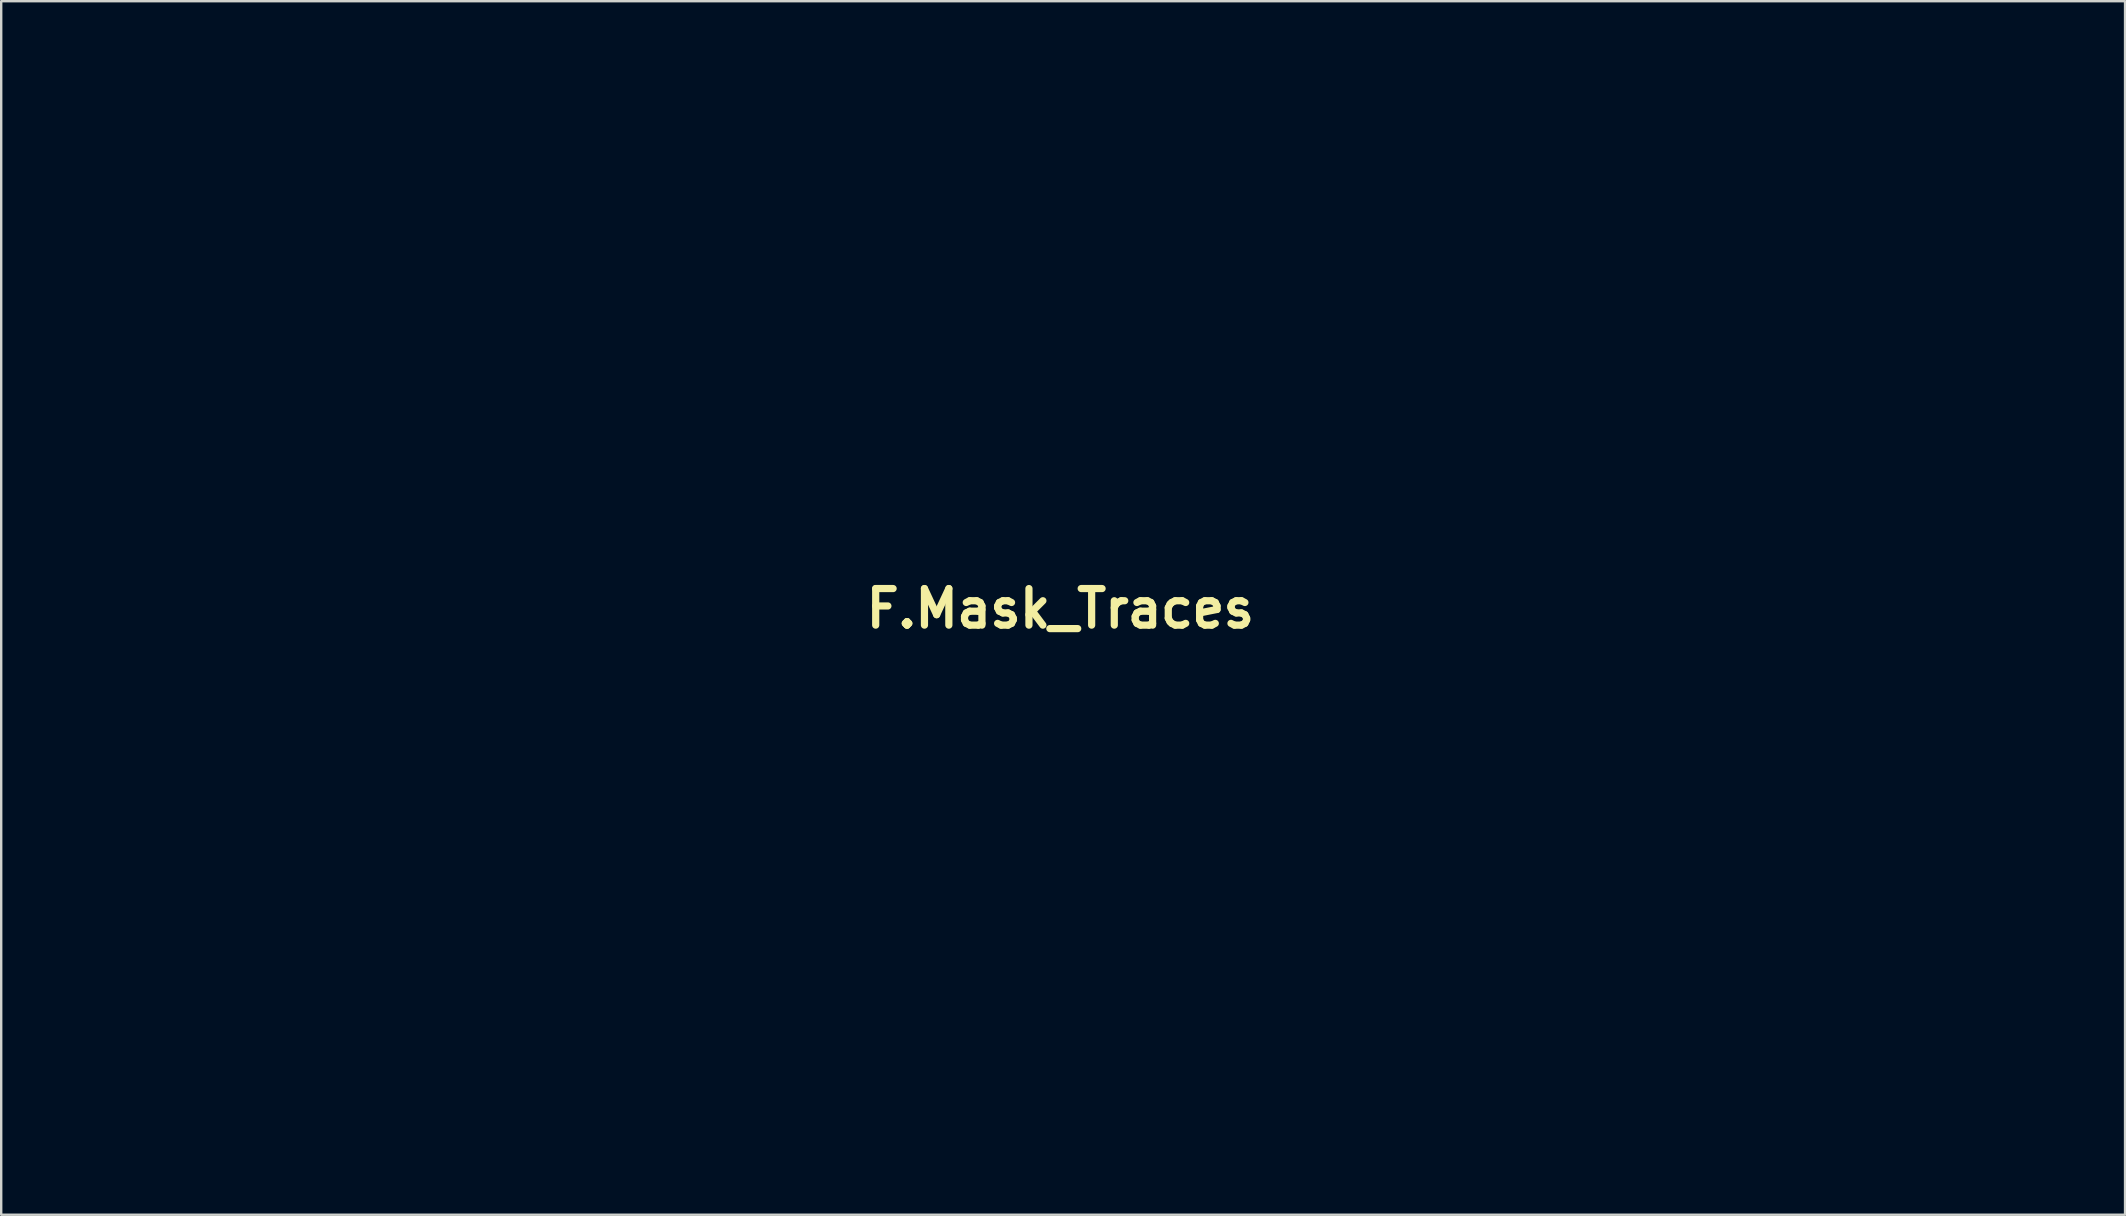
<source format=kicad_pcb>
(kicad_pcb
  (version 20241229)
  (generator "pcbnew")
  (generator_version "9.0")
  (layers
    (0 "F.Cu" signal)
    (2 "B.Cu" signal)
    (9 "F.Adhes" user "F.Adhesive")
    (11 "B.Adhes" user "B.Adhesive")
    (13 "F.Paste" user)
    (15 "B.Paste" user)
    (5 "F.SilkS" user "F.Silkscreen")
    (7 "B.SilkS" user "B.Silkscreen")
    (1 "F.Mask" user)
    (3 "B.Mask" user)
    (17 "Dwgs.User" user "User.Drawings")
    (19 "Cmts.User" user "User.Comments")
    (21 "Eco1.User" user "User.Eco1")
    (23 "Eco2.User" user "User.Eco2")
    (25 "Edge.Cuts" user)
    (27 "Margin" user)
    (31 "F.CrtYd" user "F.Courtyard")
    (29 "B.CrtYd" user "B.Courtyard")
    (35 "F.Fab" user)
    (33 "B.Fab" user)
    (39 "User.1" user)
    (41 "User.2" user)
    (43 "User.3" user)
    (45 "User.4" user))
  (footprint "F.Mask_Traces"
    (layer "F.Cu")
    (at 41.135 22.311)
    (property "Reference" "F.Mask_Traces" (at 0 0 0) (layer "F.SilkS") (effects (font (size 1.524 1.524) (thickness 0.3))))
    (attr through_hole)
    (fp_poly (pts (xy 13.952 15.544) (xy 14.038 15.58) (xy 14.175 15.657) (xy 14.288 15.757) (xy 14.374 15.879) (xy 14.431 16.016) (xy 14.456 16.166) (xy 14.454 16.261) (xy 14.424 16.414) (xy 14.361 16.555) (xy 14.27 16.678) (xy 14.154 16.779) (xy 14.066 16.83) (xy 13.97 16.864) (xy 13.856 16.884) (xy 13.736 16.89) (xy 13.625 16.88) (xy 13.554 16.862) (xy 13.439 16.809) (xy 13.338 16.736) (xy 13.258 16.656) (xy 13.176 16.547) (xy 13.123 16.429) (xy 13.097 16.296) (xy 13.092 16.201) (xy 13.094 16.118) (xy 13.101 16.055) (xy 13.117 15.999) (xy 13.144 15.935) (xy 13.147 15.929) (xy 13.229 15.794) (xy 13.338 15.682) (xy 13.468 15.598) (xy 13.539 15.568) (xy 13.589 15.549) (xy 13.589 11.865) (xy 13.952 11.865) (xy 13.952 15.544)) (stroke (width 0.01) (type solid)) (fill yes) (layer "F.Mask"))
    (fp_poly (pts (xy 29.937 -2.142) (xy 30.07 -2.086) (xy 30.19 -2.003) (xy 30.29 -1.896) (xy 30.365 -1.768) (xy 30.372 -1.752) (xy 30.414 -1.651) (xy 41.366 -1.651) (xy 41.366 -1.306) (xy 30.414 -1.306) (xy 30.371 -1.202) (xy 30.319 -1.107) (xy 30.246 -1.013) (xy 30.161 -0.93) (xy 30.075 -0.868) (xy 30.063 -0.862) (xy 29.982 -0.829) (xy 29.888 -0.802) (xy 29.798 -0.785) (xy 29.74 -0.782) (xy 29.693 -0.787) (xy 29.63 -0.799) (xy 29.6 -0.806) (xy 29.456 -0.859) (xy 29.33 -0.939) (xy 29.226 -1.042) (xy 29.146 -1.164) (xy 29.093 -1.299) (xy 29.07 -1.444) (xy 29.081 -1.593) (xy 29.082 -1.598) (xy 29.13 -1.755) (xy 29.205 -1.89) (xy 29.307 -2.001) (xy 29.433 -2.087) (xy 29.58 -2.144) (xy 29.65 -2.16) (xy 29.795 -2.167) (xy 29.937 -2.142)) (stroke (width 0.01) (type solid)) (fill yes) (layer "F.Mask"))
    (fp_poly (pts (xy -10.813 16.231) (xy -9.371 17.684) (xy -9.181 17.876) (xy -8.998 18.06) (xy -8.825 18.235) (xy -8.662 18.401) (xy -8.511 18.554) (xy -8.374 18.693) (xy -8.252 18.817) (xy -8.147 18.925) (xy -8.061 19.013) (xy -7.995 19.082) (xy -7.951 19.128) (xy -7.93 19.151) (xy -7.928 19.153) (xy -7.941 19.174) (xy -7.973 19.21) (xy -8.017 19.257) (xy -8.067 19.305) (xy -8.114 19.349) (xy -8.152 19.381) (xy -8.173 19.393) (xy -8.174 19.393) (xy -8.189 19.38) (xy -8.227 19.343) (xy -8.289 19.283) (xy -8.37 19.203) (xy -8.471 19.103) (xy -8.59 18.985) (xy -8.724 18.851) (xy -8.873 18.703) (xy -9.034 18.542) (xy -9.207 18.369) (xy -9.389 18.186) (xy -9.578 17.996) (xy -9.684 17.89) (xy -11.176 16.388) (xy -11.176 14.133) (xy -10.813 14.133) (xy -10.813 16.231)) (stroke (width 0.01) (type solid)) (fill yes) (layer "F.Mask"))
    (fp_poly (pts (xy 11.412 16.388) (xy 9.92 17.887) (xy 9.726 18.081) (xy 9.54 18.268) (xy 9.362 18.446) (xy 9.194 18.614) (xy 9.039 18.77) (xy 8.896 18.912) (xy 8.769 19.038) (xy 8.658 19.148) (xy 8.566 19.239) (xy 8.493 19.311) (xy 8.442 19.36) (xy 8.414 19.387) (xy 8.409 19.391) (xy 8.389 19.381) (xy 8.351 19.35) (xy 8.301 19.305) (xy 8.278 19.281) (xy 8.227 19.229) (xy 8.188 19.185) (xy 8.167 19.158) (xy 8.164 19.152) (xy 8.177 19.138) (xy 8.213 19.099) (xy 8.272 19.038) (xy 8.352 18.956) (xy 8.451 18.855) (xy 8.567 18.736) (xy 8.699 18.602) (xy 8.845 18.453) (xy 9.005 18.292) (xy 9.175 18.12) (xy 9.354 17.938) (xy 9.542 17.749) (xy 9.607 17.684) (xy 11.049 16.231) (xy 11.049 14.133) (xy 11.412 14.133) (xy 11.412 16.388)) (stroke (width 0.01) (type solid)) (fill yes) (layer "F.Mask"))
    (fp_poly (pts (xy -13.172 -14.17) (xy -24.666 -14.17) (xy -25.704 -13.119) (xy -26.742 -12.069) (xy -26.685 -11.959) (xy -26.635 -11.824) (xy -26.618 -11.679) (xy -26.632 -11.532) (xy -26.679 -11.389) (xy -26.727 -11.299) (xy -26.823 -11.18) (xy -26.942 -11.089) (xy -27.078 -11.027) (xy -27.229 -10.995) (xy -27.392 -10.996) (xy -27.4 -10.996) (xy -27.539 -11.029) (xy -27.666 -11.092) (xy -27.776 -11.181) (xy -27.867 -11.29) (xy -27.935 -11.416) (xy -27.976 -11.553) (xy -27.988 -11.697) (xy -27.978 -11.79) (xy -27.933 -11.947) (xy -27.86 -12.081) (xy -27.758 -12.193) (xy -27.627 -12.283) (xy -27.579 -12.307) (xy -27.513 -12.336) (xy -27.458 -12.353) (xy -27.398 -12.361) (xy -27.319 -12.363) (xy -27.305 -12.363) (xy -27.205 -12.358) (xy -27.126 -12.347) (xy -27.087 -12.335) (xy -27.024 -12.307) (xy -25.92 -13.42) (xy -24.815 -14.532) (xy -13.172 -14.532) (xy -13.172 -14.17)) (stroke (width 0.01) (type solid)) (fill yes) (layer "F.Mask"))
    (fp_poly (pts (xy 24.822 -3.83) (xy 24.96 -3.8) (xy 25.092 -3.74) (xy 25.211 -3.649) (xy 25.227 -3.634) (xy 25.324 -3.512) (xy 25.388 -3.381) (xy 25.423 -3.243) (xy 25.428 -3.104) (xy 25.405 -2.968) (xy 25.356 -2.839) (xy 25.282 -2.721) (xy 25.184 -2.62) (xy 25.063 -2.538) (xy 24.922 -2.481) (xy 24.867 -2.468) (xy 24.733 -2.455) (xy 24.602 -2.475) (xy 24.498 -2.513) (xy 24.403 -2.556) (xy 22.051 -0.181) (xy 18.451 -0.181) (xy 18.451 -0.544) (xy 21.89 -0.544) (xy 23.02 -1.675) (xy 24.149 -2.806) (xy 24.109 -2.895) (xy 24.088 -2.948) (xy 24.075 -3.002) (xy 24.069 -3.071) (xy 24.068 -3.157) (xy 24.07 -3.246) (xy 24.076 -3.311) (xy 24.089 -3.365) (xy 24.111 -3.419) (xy 24.115 -3.429) (xy 24.194 -3.561) (xy 24.295 -3.667) (xy 24.413 -3.749) (xy 24.544 -3.804) (xy 24.682 -3.831) (xy 24.822 -3.83)) (stroke (width 0.01) (type solid)) (fill yes) (layer "F.Mask"))
    (fp_poly (pts (xy -24.371 -3.821) (xy -24.242 -3.783) (xy -24.122 -3.719) (xy -24.014 -3.628) (xy -23.922 -3.51) (xy -23.878 -3.429) (xy -23.855 -3.374) (xy -23.841 -3.323) (xy -23.834 -3.264) (xy -23.832 -3.183) (xy -23.832 -3.157) (xy -23.834 -3.065) (xy -23.84 -2.997) (xy -23.854 -2.942) (xy -23.873 -2.896) (xy -23.913 -2.807) (xy -22.784 -1.676) (xy -21.655 -0.544) (xy -18.215 -0.544) (xy -18.215 -0.181) (xy -20.016 -0.182) (xy -21.817 -0.183) (xy -22.992 -1.369) (xy -24.167 -2.556) (xy -24.262 -2.513) (xy -24.405 -2.467) (xy -24.551 -2.457) (xy -24.699 -2.483) (xy -24.826 -2.534) (xy -24.946 -2.615) (xy -25.046 -2.72) (xy -25.123 -2.846) (xy -25.173 -2.983) (xy -25.193 -3.127) (xy -25.185 -3.25) (xy -25.142 -3.401) (xy -25.074 -3.53) (xy -24.986 -3.638) (xy -24.88 -3.722) (xy -24.761 -3.783) (xy -24.634 -3.82) (xy -24.503 -3.833) (xy -24.371 -3.821)) (stroke (width 0.01) (type solid)) (fill yes) (layer "F.Mask"))
    (fp_poly (pts (xy 2.998 -21.885) (xy 3.42 -21.463) (xy 6.063 -21.463) (xy 6.137 -21.526) (xy 6.251 -21.601) (xy 6.384 -21.651) (xy 6.526 -21.674) (xy 6.67 -21.667) (xy 6.731 -21.655) (xy 6.88 -21.599) (xy 7.007 -21.516) (xy 7.11 -21.406) (xy 7.187 -21.273) (xy 7.237 -21.117) (xy 7.241 -21.095) (xy 7.25 -20.949) (xy 7.226 -20.805) (xy 7.172 -20.669) (xy 7.09 -20.545) (xy 6.984 -20.44) (xy 6.859 -20.361) (xy 6.802 -20.336) (xy 6.746 -20.32) (xy 6.679 -20.311) (xy 6.589 -20.306) (xy 6.586 -20.306) (xy 6.499 -20.305) (xy 6.435 -20.308) (xy 6.382 -20.318) (xy 6.329 -20.336) (xy 6.309 -20.345) (xy 6.175 -20.419) (xy 6.063 -20.516) (xy 5.975 -20.633) (xy 5.914 -20.764) (xy 5.884 -20.903) (xy 5.883 -21.013) (xy 5.893 -21.118) (xy 3.234 -21.118) (xy 2.779 -21.587) (xy 2.324 -22.055) (xy 2.45 -22.181) (xy 2.577 -22.306) (xy 2.998 -21.885)) (stroke (width 0.01) (type solid)) (fill yes) (layer "F.Mask"))
    (fp_poly (pts (xy -2.703 18.557) (xy -2.603 18.603) (xy -2.488 18.673) (xy -2.382 18.767) (xy -2.296 18.876) (xy -2.257 18.946) (xy -2.231 19.009) (xy -2.215 19.064) (xy -2.207 19.127) (xy -2.205 19.21) (xy -2.205 19.222) (xy -2.207 19.309) (xy -2.213 19.373) (xy -2.227 19.427) (xy -2.251 19.485) (xy -2.254 19.492) (xy -2.329 19.625) (xy -2.417 19.729) (xy -2.497 19.792) (xy -2.638 19.863) (xy -2.79 19.902) (xy -2.95 19.906) (xy -2.987 19.901) (xy -3.131 19.864) (xy -3.262 19.795) (xy -3.377 19.698) (xy -3.471 19.575) (xy -3.507 19.507) (xy -3.536 19.443) (xy -3.553 19.389) (xy -3.562 19.332) (xy -3.564 19.258) (xy -3.565 19.222) (xy -3.563 19.136) (xy -3.556 19.071) (xy -3.541 19.015) (xy -3.516 18.954) (xy -3.512 18.946) (xy -3.444 18.833) (xy -3.349 18.729) (xy -3.238 18.643) (xy -3.166 18.603) (xy -3.066 18.557) (xy -3.066 17.562) (xy -2.703 17.562) (xy -2.703 18.557)) (stroke (width 0.01) (type solid)) (fill yes) (layer "F.Mask"))
    (fp_poly (pts (xy 30.455 -14.935) (xy 30.586 -14.879) (xy 30.703 -14.799) (xy 30.802 -14.696) (xy 30.875 -14.575) (xy 30.889 -14.542) (xy 30.92 -14.46) (xy 33.177 -14.46) (xy 34.47 -13.154) (xy 35.763 -11.847) (xy 40.205 -11.847) (xy 40.205 -11.484) (xy 35.605 -11.49) (xy 34.308 -12.794) (xy 33.011 -14.097) (xy 30.918 -14.097) (xy 30.906 -14.042) (xy 30.885 -13.987) (xy 30.846 -13.917) (xy 30.796 -13.844) (xy 30.743 -13.778) (xy 30.695 -13.731) (xy 30.693 -13.73) (xy 30.559 -13.649) (xy 30.413 -13.6) (xy 30.261 -13.583) (xy 30.11 -13.599) (xy 29.983 -13.641) (xy 29.896 -13.693) (xy 29.806 -13.768) (xy 29.725 -13.856) (xy 29.664 -13.946) (xy 29.657 -13.96) (xy 29.627 -14.036) (xy 29.603 -14.122) (xy 29.595 -14.164) (xy 29.59 -14.328) (xy 29.618 -14.48) (xy 29.676 -14.617) (xy 29.763 -14.736) (xy 29.875 -14.834) (xy 30.011 -14.907) (xy 30.168 -14.953) (xy 30.179 -14.955) (xy 30.318 -14.961) (xy 30.455 -14.935)) (stroke (width 0.01) (type solid)) (fill yes) (layer "F.Mask"))
    (fp_poly (pts (xy 32.311 -4.335) (xy 32.427 -4.303) (xy 32.442 -4.296) (xy 32.545 -4.236) (xy 32.641 -4.156) (xy 32.723 -4.065) (xy 32.784 -3.97) (xy 32.812 -3.896) (xy 32.824 -3.846) (xy 41.112 -3.846) (xy 41.112 -3.483) (xy 32.842 -3.483) (xy 32.788 -3.368) (xy 32.712 -3.236) (xy 32.618 -3.134) (xy 32.503 -3.055) (xy 32.499 -3.052) (xy 32.438 -3.022) (xy 32.382 -3.001) (xy 32.317 -2.985) (xy 32.23 -2.971) (xy 32.213 -2.968) (xy 32.175 -2.968) (xy 32.117 -2.972) (xy 32.071 -2.978) (xy 31.932 -3.015) (xy 31.803 -3.084) (xy 31.688 -3.179) (xy 31.595 -3.296) (xy 31.553 -3.371) (xy 31.53 -3.425) (xy 31.516 -3.475) (xy 31.508 -3.531) (xy 31.505 -3.606) (xy 31.505 -3.656) (xy 31.506 -3.743) (xy 31.51 -3.805) (xy 31.52 -3.854) (xy 31.538 -3.903) (xy 31.564 -3.959) (xy 31.641 -4.079) (xy 31.74 -4.185) (xy 31.854 -4.267) (xy 31.927 -4.302) (xy 32.049 -4.335) (xy 32.181 -4.346) (xy 32.311 -4.335)) (stroke (width 0.01) (type solid)) (fill yes) (layer "F.Mask"))
    (fp_poly (pts (xy -20.02 -11.607) (xy -15.431 -11.602) (xy -15.425 -11.425) (xy -15.42 -11.249) (xy -24.448 -11.249) (xy -25.596 -10.1) (xy -26.744 -8.952) (xy -26.684 -8.826) (xy -26.655 -8.76) (xy -26.637 -8.705) (xy -26.628 -8.649) (xy -26.625 -8.577) (xy -26.625 -8.536) (xy -26.627 -8.449) (xy -26.634 -8.384) (xy -26.649 -8.329) (xy -26.673 -8.27) (xy -26.674 -8.269) (xy -26.754 -8.136) (xy -26.858 -8.026) (xy -26.981 -7.942) (xy -27.118 -7.886) (xy -27.263 -7.86) (xy -27.413 -7.867) (xy -27.518 -7.893) (xy -27.647 -7.953) (xy -27.763 -8.042) (xy -27.861 -8.153) (xy -27.935 -8.28) (xy -27.962 -8.355) (xy -27.98 -8.453) (xy -27.982 -8.568) (xy -27.971 -8.686) (xy -27.946 -8.789) (xy -27.941 -8.804) (xy -27.885 -8.911) (xy -27.803 -9.014) (xy -27.705 -9.105) (xy -27.601 -9.171) (xy -27.491 -9.21) (xy -27.367 -9.232) (xy -27.242 -9.233) (xy -27.13 -9.214) (xy -27.111 -9.208) (xy -27.024 -9.178) (xy -25.817 -10.395) (xy -24.61 -11.611) (xy -20.02 -11.607)) (stroke (width 0.01) (type solid)) (fill yes) (layer "F.Mask"))
    (fp_poly (pts (xy -13.353 15.545) (xy -13.237 15.599) (xy -13.105 15.68) (xy -12.998 15.788) (xy -12.914 15.923) (xy -12.911 15.929) (xy -12.883 15.995) (xy -12.866 16.051) (xy -12.858 16.112) (xy -12.856 16.193) (xy -12.856 16.201) (xy -12.86 16.303) (xy -12.874 16.385) (xy -12.898 16.46) (xy -12.957 16.571) (xy -13.043 16.677) (xy -13.146 16.768) (xy -13.234 16.823) (xy -13.295 16.852) (xy -13.351 16.87) (xy -13.414 16.88) (xy -13.499 16.885) (xy -13.507 16.886) (xy -13.606 16.887) (xy -13.682 16.88) (xy -13.747 16.864) (xy -13.763 16.859) (xy -13.902 16.791) (xy -14.021 16.694) (xy -14.118 16.568) (xy -14.173 16.465) (xy -14.194 16.411) (xy -14.206 16.355) (xy -14.213 16.286) (xy -14.214 16.202) (xy -14.213 16.115) (xy -14.207 16.053) (xy -14.196 16.002) (xy -14.175 15.95) (xy -14.161 15.921) (xy -14.081 15.794) (xy -13.975 15.685) (xy -13.851 15.603) (xy -13.828 15.592) (xy -13.716 15.541) (xy -13.716 11.865) (xy -13.353 11.865) (xy -13.353 15.545)) (stroke (width 0.01) (type solid)) (fill yes) (layer "F.Mask"))
    (fp_poly (pts (xy 0.29 20.897) (xy 0.407 20.952) (xy 0.535 21.029) (xy 0.644 21.131) (xy 0.727 21.25) (xy 0.741 21.278) (xy 0.763 21.33) (xy 0.778 21.378) (xy 0.785 21.432) (xy 0.789 21.503) (xy 0.789 21.572) (xy 0.788 21.66) (xy 0.785 21.722) (xy 0.776 21.77) (xy 0.76 21.814) (xy 0.736 21.865) (xy 0.731 21.873) (xy 0.647 21.998) (xy 0.54 22.102) (xy 0.415 22.181) (xy 0.278 22.233) (xy 0.135 22.255) (xy -0.008 22.244) (xy -0.013 22.243) (xy -0.158 22.195) (xy -0.289 22.116) (xy -0.402 22.009) (xy -0.491 21.881) (xy -0.496 21.872) (xy -0.522 21.819) (xy -0.539 21.775) (xy -0.548 21.729) (xy -0.552 21.669) (xy -0.553 21.585) (xy -0.553 21.572) (xy -0.552 21.483) (xy -0.549 21.42) (xy -0.54 21.371) (xy -0.524 21.324) (xy -0.498 21.269) (xy -0.494 21.261) (xy -0.42 21.141) (xy -0.325 21.045) (xy -0.202 20.967) (xy -0.17 20.951) (xy -0.054 20.897) (xy -0.054 17.798) (xy 0.29 17.798) (xy 0.29 20.897)) (stroke (width 0.01) (type solid)) (fill yes) (layer "F.Mask"))
    (fp_poly (pts (xy 26.053 -10.395) (xy 27.26 -9.178) (xy 27.347 -9.208) (xy 27.416 -9.226) (xy 27.495 -9.233) (xy 27.583 -9.231) (xy 27.731 -9.209) (xy 27.861 -9.157) (xy 27.978 -9.075) (xy 28.045 -9.009) (xy 28.129 -8.901) (xy 28.184 -8.788) (xy 28.212 -8.661) (xy 28.219 -8.545) (xy 28.218 -8.461) (xy 28.21 -8.399) (xy 28.194 -8.343) (xy 28.167 -8.278) (xy 28.164 -8.272) (xy 28.094 -8.146) (xy 28.011 -8.048) (xy 27.908 -7.968) (xy 27.908 -7.968) (xy 27.769 -7.9) (xy 27.62 -7.864) (xy 27.468 -7.861) (xy 27.358 -7.881) (xy 27.225 -7.935) (xy 27.102 -8.019) (xy 26.997 -8.128) (xy 26.916 -8.255) (xy 26.909 -8.27) (xy 26.885 -8.329) (xy 26.87 -8.384) (xy 26.863 -8.449) (xy 26.861 -8.536) (xy 26.862 -8.62) (xy 26.868 -8.681) (xy 26.881 -8.735) (xy 26.905 -8.794) (xy 26.92 -8.826) (xy 26.98 -8.952) (xy 25.832 -10.1) (xy 24.683 -11.249) (xy 15.656 -11.249) (xy 15.661 -11.425) (xy 15.666 -11.602) (xy 20.256 -11.607) (xy 24.846 -11.611) (xy 26.053 -10.395)) (stroke (width 0.01) (type solid)) (fill yes) (layer "F.Mask"))
    (fp_poly (pts (xy 33.002 15.287) (xy 33.147 15.299) (xy 33.271 15.333) (xy 33.383 15.395) (xy 33.464 15.46) (xy 33.563 15.572) (xy 33.634 15.7) (xy 33.677 15.838) (xy 33.691 15.979) (xy 33.675 16.118) (xy 33.628 16.25) (xy 33.601 16.298) (xy 33.55 16.378) (xy 33.849 16.675) (xy 33.911 16.738) (xy 33.996 16.823) (xy 34.101 16.928) (xy 34.223 17.051) (xy 34.359 17.188) (xy 34.506 17.337) (xy 34.662 17.495) (xy 34.824 17.658) (xy 34.989 17.825) (xy 35.129 17.967) (xy 36.111 18.961) (xy 35.856 19.216) (xy 34.565 17.915) (xy 33.274 16.613) (xy 33.2 16.635) (xy 33.14 16.647) (xy 33.064 16.656) (xy 33.011 16.657) (xy 32.861 16.645) (xy 32.731 16.606) (xy 32.614 16.537) (xy 32.506 16.438) (xy 32.414 16.316) (xy 32.354 16.182) (xy 32.324 16.042) (xy 32.325 15.901) (xy 32.354 15.763) (xy 32.412 15.632) (xy 32.496 15.515) (xy 32.606 15.414) (xy 32.726 15.343) (xy 32.793 15.314) (xy 32.848 15.297) (xy 32.907 15.289) (xy 32.985 15.287) (xy 33.002 15.287)) (stroke (width 0.01) (type solid)) (fill yes) (layer "F.Mask"))
    (fp_poly (pts (xy 22.18 -9.362) (xy 22.321 -9.317) (xy 22.449 -9.243) (xy 22.56 -9.141) (xy 22.649 -9.015) (xy 22.665 -8.984) (xy 22.693 -8.923) (xy 22.711 -8.873) (xy 22.72 -8.821) (xy 22.723 -8.754) (xy 22.724 -8.691) (xy 22.723 -8.605) (xy 22.717 -8.543) (xy 22.706 -8.491) (xy 22.685 -8.437) (xy 22.666 -8.397) (xy 22.582 -8.259) (xy 22.473 -8.147) (xy 22.342 -8.063) (xy 22.288 -8.038) (xy 22.24 -8.022) (xy 22.188 -8.014) (xy 22.12 -8.011) (xy 22.053 -8.01) (xy 21.965 -8.011) (xy 21.903 -8.016) (xy 21.855 -8.025) (xy 21.812 -8.042) (xy 21.781 -8.058) (xy 21.691 -8.105) (xy 20.523 -6.928) (xy 19.354 -5.751) (xy 18.088 -5.751) (xy 18.088 -6.114) (xy 19.205 -6.114) (xy 20.32 -7.244) (xy 21.436 -8.373) (xy 21.392 -8.507) (xy 21.369 -8.58) (xy 21.358 -8.636) (xy 21.357 -8.689) (xy 21.365 -8.756) (xy 21.366 -8.77) (xy 21.406 -8.93) (xy 21.475 -9.069) (xy 21.57 -9.185) (xy 21.69 -9.276) (xy 21.833 -9.34) (xy 21.881 -9.354) (xy 22.032 -9.375) (xy 22.18 -9.362)) (stroke (width 0.01) (type solid)) (fill yes) (layer "F.Mask"))
    (fp_poly (pts (xy 27.627 18.509) (xy 27.67 18.523) (xy 27.812 18.594) (xy 27.93 18.691) (xy 28.021 18.81) (xy 28.084 18.946) (xy 28.115 19.098) (xy 28.116 19.227) (xy 28.088 19.375) (xy 28.032 19.509) (xy 27.95 19.626) (xy 27.847 19.722) (xy 27.728 19.796) (xy 27.597 19.843) (xy 27.458 19.862) (xy 27.315 19.849) (xy 27.251 19.831) (xy 27.133 19.793) (xy 25.953 20.983) (xy 25.782 21.155) (xy 25.618 21.321) (xy 25.463 21.476) (xy 25.319 21.621) (xy 25.187 21.753) (xy 25.07 21.87) (xy 24.97 21.97) (xy 24.887 22.052) (xy 24.824 22.114) (xy 24.783 22.155) (xy 24.765 22.171) (xy 24.765 22.171) (xy 24.748 22.159) (xy 24.713 22.126) (xy 24.664 22.079) (xy 24.631 22.046) (xy 24.507 21.921) (xy 25.687 20.734) (xy 26.867 19.547) (xy 26.816 19.445) (xy 26.767 19.309) (xy 26.75 19.168) (xy 26.765 19.027) (xy 26.809 18.892) (xy 26.88 18.767) (xy 26.977 18.658) (xy 27.098 18.569) (xy 27.141 18.546) (xy 27.249 18.509) (xy 27.376 18.49) (xy 27.507 18.489) (xy 27.627 18.509)) (stroke (width 0.01) (type solid)) (fill yes) (layer "F.Mask"))
    (fp_poly (pts (xy -27.039 18.504) (xy -26.896 18.552) (xy -26.772 18.628) (xy -26.669 18.729) (xy -26.59 18.851) (xy -26.539 18.992) (xy -26.518 19.149) (xy -26.518 19.168) (xy -26.52 19.251) (xy -26.529 19.315) (xy -26.548 19.375) (xy -26.573 19.431) (xy -26.628 19.549) (xy -25.449 20.734) (xy -24.27 21.92) (xy -24.395 22.045) (xy -24.449 22.099) (xy -24.494 22.141) (xy -24.523 22.166) (xy -24.531 22.171) (xy -24.545 22.158) (xy -24.583 22.121) (xy -24.643 22.063) (xy -24.723 21.983) (xy -24.821 21.885) (xy -24.936 21.771) (xy -25.065 21.641) (xy -25.208 21.498) (xy -25.361 21.344) (xy -25.524 21.18) (xy -25.694 21.008) (xy -25.72 20.982) (xy -26.897 19.793) (xy -27.015 19.831) (xy -27.158 19.86) (xy -27.299 19.855) (xy -27.434 19.82) (xy -27.56 19.758) (xy -27.67 19.672) (xy -27.762 19.564) (xy -27.83 19.438) (xy -27.872 19.296) (xy -27.88 19.229) (xy -27.876 19.069) (xy -27.839 18.922) (xy -27.774 18.791) (xy -27.683 18.679) (xy -27.569 18.59) (xy -27.435 18.527) (xy -27.285 18.493) (xy -27.196 18.488) (xy -27.039 18.504)) (stroke (width 0.01) (type solid)) (fill yes) (layer "F.Mask"))
    (fp_poly (pts (xy -21.68 -9.362) (xy -21.645 -9.354) (xy -21.495 -9.298) (xy -21.368 -9.215) (xy -21.265 -9.106) (xy -21.188 -8.974) (xy -21.139 -8.82) (xy -21.131 -8.77) (xy -21.122 -8.699) (xy -21.121 -8.644) (xy -21.131 -8.59) (xy -21.151 -8.521) (xy -21.156 -8.507) (xy -21.2 -8.373) (xy -20.084 -7.244) (xy -18.968 -6.114) (xy -18.41 -6.114) (xy -17.853 -6.114) (xy -17.853 -5.751) (xy -19.119 -5.751) (xy -20.287 -6.929) (xy -21.455 -8.106) (xy -21.545 -8.058) (xy -21.592 -8.035) (xy -21.635 -8.021) (xy -21.687 -8.014) (xy -21.756 -8.01) (xy -21.817 -8.01) (xy -21.904 -8.011) (xy -21.967 -8.016) (xy -22.017 -8.026) (xy -22.065 -8.044) (xy -22.106 -8.063) (xy -22.238 -8.148) (xy -22.347 -8.26) (xy -22.43 -8.397) (xy -22.458 -8.459) (xy -22.475 -8.51) (xy -22.484 -8.564) (xy -22.487 -8.634) (xy -22.488 -8.69) (xy -22.486 -8.776) (xy -22.481 -8.837) (xy -22.469 -8.888) (xy -22.449 -8.941) (xy -22.429 -8.984) (xy -22.346 -9.115) (xy -22.24 -9.222) (xy -22.115 -9.303) (xy -21.977 -9.355) (xy -21.83 -9.375) (xy -21.68 -9.362)) (stroke (width 0.01) (type solid)) (fill yes) (layer "F.Mask"))
    (fp_poly (pts (xy 30.459 -18.169) (xy 30.523 -18.163) (xy 30.575 -18.151) (xy 30.629 -18.13) (xy 30.648 -18.121) (xy 30.773 -18.043) (xy 30.881 -17.937) (xy 30.967 -17.81) (xy 31.012 -17.703) (xy 31.015 -17.698) (xy 31.022 -17.694) (xy 31.035 -17.691) (xy 31.054 -17.687) (xy 31.083 -17.685) (xy 31.124 -17.682) (xy 31.177 -17.68) (xy 31.244 -17.678) (xy 31.328 -17.676) (xy 31.431 -17.675) (xy 31.553 -17.674) (xy 31.697 -17.673) (xy 31.865 -17.673) (xy 32.058 -17.672) (xy 32.278 -17.672) (xy 32.528 -17.671) (xy 32.808 -17.671) (xy 33.121 -17.671) (xy 33.468 -17.671) (xy 35.941 -17.671) (xy 35.941 -17.308) (xy 31.032 -17.308) (xy 30.983 -17.203) (xy 30.902 -17.064) (xy 30.799 -16.953) (xy 30.676 -16.873) (xy 30.535 -16.823) (xy 30.401 -16.806) (xy 30.305 -16.807) (xy 30.223 -16.815) (xy 30.181 -16.825) (xy 30.055 -16.877) (xy 29.951 -16.946) (xy 29.867 -17.026) (xy 29.783 -17.135) (xy 29.728 -17.247) (xy 29.7 -17.374) (xy 29.693 -17.49) (xy 29.71 -17.651) (xy 29.758 -17.796) (xy 29.837 -17.922) (xy 29.945 -18.029) (xy 30.077 -18.111) (xy 30.138 -18.139) (xy 30.188 -18.157) (xy 30.241 -18.166) (xy 30.307 -18.17) (xy 30.371 -18.17) (xy 30.459 -18.169)) (stroke (width 0.01) (type solid)) (fill yes) (layer "F.Mask"))
    (fp_poly (pts (xy 21.89 1.729) (xy 22.048 1.761) (xy 22.188 1.822) (xy 22.307 1.91) (xy 22.403 2.022) (xy 22.472 2.154) (xy 22.512 2.304) (xy 22.52 2.422) (xy 22.509 2.565) (xy 22.474 2.688) (xy 22.41 2.8) (xy 22.34 2.885) (xy 22.245 2.976) (xy 22.149 3.038) (xy 22.044 3.076) (xy 21.919 3.095) (xy 21.863 3.097) (xy 21.771 3.098) (xy 21.703 3.094) (xy 21.646 3.083) (xy 21.59 3.063) (xy 21.496 3.012) (xy 21.401 2.935) (xy 21.316 2.843) (xy 21.249 2.745) (xy 21.227 2.699) (xy 21.184 2.594) (xy 18.379 2.594) (xy 18.379 2.409) (xy 21.517 2.409) (xy 21.529 2.509) (xy 21.555 2.576) (xy 21.621 2.659) (xy 21.707 2.715) (xy 21.804 2.743) (xy 21.906 2.74) (xy 21.992 2.71) (xy 22.067 2.653) (xy 22.125 2.573) (xy 22.159 2.479) (xy 22.164 2.382) (xy 22.163 2.37) (xy 22.131 2.271) (xy 22.074 2.191) (xy 22 2.134) (xy 21.913 2.101) (xy 21.82 2.093) (xy 21.728 2.112) (xy 21.642 2.159) (xy 21.58 2.222) (xy 21.535 2.309) (xy 21.517 2.409) (xy 18.379 2.409) (xy 18.379 2.232) (xy 21.186 2.232) (xy 21.223 2.145) (xy 21.297 2.012) (xy 21.396 1.9) (xy 21.514 1.814) (xy 21.646 1.756) (xy 21.788 1.728) (xy 21.89 1.729)) (stroke (width 0.01) (type solid)) (fill yes) (layer "F.Mask"))
    (fp_poly (pts (xy -29.451 -2.166) (xy -29.42 -2.161) (xy -29.261 -2.115) (xy -29.124 -2.041) (xy -29.01 -1.941) (xy -28.923 -1.816) (xy -28.863 -1.669) (xy -28.845 -1.592) (xy -28.835 -1.442) (xy -28.858 -1.297) (xy -28.911 -1.161) (xy -28.992 -1.04) (xy -29.096 -0.938) (xy -29.222 -0.858) (xy -29.366 -0.805) (xy -29.388 -0.801) (xy -29.477 -0.786) (xy -29.553 -0.784) (xy -29.639 -0.796) (xy -29.657 -0.799) (xy -29.779 -0.84) (xy -29.897 -0.911) (xy -30.003 -1.004) (xy -30.089 -1.114) (xy -30.137 -1.206) (xy -30.178 -1.306) (xy -41.13 -1.306) (xy -41.13 -1.525) (xy -29.839 -1.525) (xy -29.838 -1.425) (xy -29.808 -1.331) (xy -29.754 -1.251) (xy -29.678 -1.189) (xy -29.583 -1.152) (xy -29.522 -1.145) (xy -29.479 -1.15) (xy -29.424 -1.167) (xy -29.414 -1.171) (xy -29.316 -1.229) (xy -29.246 -1.308) (xy -29.206 -1.404) (xy -29.198 -1.512) (xy -29.201 -1.537) (xy -29.229 -1.617) (xy -29.284 -1.693) (xy -29.358 -1.756) (xy -29.44 -1.795) (xy -29.445 -1.796) (xy -29.547 -1.806) (xy -29.644 -1.783) (xy -29.729 -1.73) (xy -29.795 -1.65) (xy -29.807 -1.627) (xy -29.839 -1.525) (xy -41.13 -1.525) (xy -41.13 -1.651) (xy -30.178 -1.651) (xy -30.137 -1.752) (xy -30.066 -1.879) (xy -29.97 -1.987) (xy -29.855 -2.073) (xy -29.727 -2.134) (xy -29.59 -2.166) (xy -29.451 -2.166)) (stroke (width 0.01) (type solid)) (fill yes) (layer "F.Mask"))
    (fp_poly (pts (xy -21.521 1.734) (xy -21.384 1.767) (xy -21.257 1.827) (xy -21.144 1.915) (xy -21.049 2.029) (xy -20.997 2.123) (xy -20.947 2.232) (xy -18.143 2.232) (xy -18.143 2.594) (xy -20.948 2.594) (xy -20.991 2.699) (xy -21.047 2.8) (xy -21.128 2.898) (xy -21.222 2.983) (xy -21.321 3.046) (xy -21.359 3.063) (xy -21.462 3.089) (xy -21.581 3.101) (xy -21.702 3.098) (xy -21.809 3.08) (xy -21.82 3.076) (xy -21.951 3.017) (xy -22.066 2.928) (xy -22.162 2.815) (xy -22.235 2.683) (xy -22.28 2.536) (xy -22.288 2.491) (xy -22.289 2.38) (xy -21.927 2.38) (xy -21.924 2.477) (xy -21.909 2.53) (xy -21.868 2.604) (xy -21.81 2.669) (xy -21.745 2.716) (xy -21.703 2.732) (xy -21.66 2.742) (xy -21.635 2.748) (xy -21.591 2.749) (xy -21.529 2.735) (xy -21.463 2.709) (xy -21.443 2.699) (xy -21.364 2.638) (xy -21.311 2.559) (xy -21.285 2.471) (xy -21.285 2.378) (xy -21.31 2.288) (xy -21.359 2.208) (xy -21.431 2.142) (xy -21.512 2.103) (xy -21.609 2.088) (xy -21.702 2.104) (xy -21.785 2.146) (xy -21.853 2.21) (xy -21.902 2.29) (xy -21.927 2.38) (xy -22.289 2.38) (xy -22.289 2.363) (xy -22.261 2.228) (xy -22.209 2.097) (xy -22.137 1.981) (xy -22.066 1.905) (xy -21.939 1.815) (xy -21.803 1.757) (xy -21.662 1.731) (xy -21.521 1.734)) (stroke (width 0.01) (type solid)) (fill yes) (layer "F.Mask"))
    (fp_poly (pts (xy 8.162 -22.122) (xy 8.199 -22.085) (xy 8.256 -22.027) (xy 8.332 -21.95) (xy 8.424 -21.856) (xy 8.53 -21.748) (xy 8.646 -21.628) (xy 8.772 -21.498) (xy 8.854 -21.413) (xy 8.995 -21.267) (xy 9.138 -21.119) (xy 9.278 -20.974) (xy 9.412 -20.836) (xy 9.536 -20.707) (xy 9.647 -20.593) (xy 9.741 -20.496) (xy 9.815 -20.42) (xy 9.829 -20.405) (xy 10.108 -20.119) (xy 10.211 -20.157) (xy 10.342 -20.19) (xy 10.484 -20.195) (xy 10.621 -20.173) (xy 10.671 -20.157) (xy 10.814 -20.086) (xy 10.931 -19.99) (xy 11.021 -19.869) (xy 11.085 -19.722) (xy 11.088 -19.715) (xy 11.118 -19.563) (xy 11.114 -19.416) (xy 11.081 -19.278) (xy 11.021 -19.151) (xy 10.937 -19.04) (xy 10.833 -18.948) (xy 10.712 -18.878) (xy 10.576 -18.834) (xy 10.429 -18.819) (xy 10.293 -18.833) (xy 10.155 -18.877) (xy 10.034 -18.95) (xy 9.93 -19.045) (xy 9.848 -19.159) (xy 9.789 -19.286) (xy 9.757 -19.421) (xy 9.753 -19.559) (xy 9.779 -19.697) (xy 9.816 -19.787) (xy 9.852 -19.856) (xy 9.754 -19.957) (xy 9.725 -19.986) (xy 9.673 -20.04) (xy 9.601 -20.115) (xy 9.51 -20.209) (xy 9.404 -20.319) (xy 9.284 -20.444) (xy 9.152 -20.58) (xy 9.012 -20.725) (xy 8.865 -20.877) (xy 8.774 -20.972) (xy 7.891 -21.887) (xy 8.014 -22.011) (xy 8.067 -22.064) (xy 8.112 -22.106) (xy 8.14 -22.13) (xy 8.147 -22.134) (xy 8.162 -22.122)) (stroke (width 0.01) (type solid)) (fill yes) (layer "F.Mask"))
    (fp_poly (pts (xy -2.214 -22.179) (xy -2.088 -22.053) (xy -2.542 -21.585) (xy -2.997 -21.118) (xy -5.656 -21.118) (xy -5.647 -21.005) (xy -5.654 -20.861) (xy -5.693 -20.724) (xy -5.762 -20.597) (xy -5.858 -20.485) (xy -5.977 -20.395) (xy -6.075 -20.345) (xy -6.173 -20.317) (xy -6.289 -20.304) (xy -6.409 -20.305) (xy -6.518 -20.321) (xy -6.544 -20.328) (xy -6.642 -20.369) (xy -6.733 -20.429) (xy -6.824 -20.515) (xy -6.838 -20.53) (xy -6.928 -20.653) (xy -6.987 -20.791) (xy -7.014 -20.938) (xy -7.01 -21.028) (xy -6.652 -21.028) (xy -6.65 -20.925) (xy -6.615 -20.829) (xy -6.549 -20.746) (xy -6.486 -20.698) (xy -6.423 -20.675) (xy -6.343 -20.665) (xy -6.261 -20.67) (xy -6.194 -20.689) (xy -6.19 -20.69) (xy -6.104 -20.753) (xy -6.045 -20.832) (xy -6.013 -20.922) (xy -6.007 -21.015) (xy -6.028 -21.106) (xy -6.074 -21.188) (xy -6.145 -21.256) (xy -6.235 -21.301) (xy -6.333 -21.315) (xy -6.43 -21.297) (xy -6.518 -21.252) (xy -6.59 -21.182) (xy -6.62 -21.132) (xy -6.652 -21.028) (xy -7.01 -21.028) (xy -7.007 -21.086) (xy -7.003 -21.111) (xy -6.954 -21.267) (xy -6.877 -21.402) (xy -6.775 -21.513) (xy -6.648 -21.597) (xy -6.499 -21.654) (xy -6.495 -21.655) (xy -6.353 -21.675) (xy -6.209 -21.664) (xy -6.071 -21.626) (xy -5.948 -21.562) (xy -5.901 -21.526) (xy -5.827 -21.463) (xy -3.184 -21.463) (xy -2.762 -21.885) (xy -2.34 -22.306) (xy -2.214 -22.179)) (stroke (width 0.01) (type solid)) (fill yes) (layer "F.Mask"))
    (fp_poly (pts (xy -29.943 -14.955) (xy -29.788 -14.912) (xy -29.651 -14.841) (xy -29.537 -14.746) (xy -29.447 -14.63) (xy -29.386 -14.495) (xy -29.359 -14.378) (xy -29.354 -14.214) (xy -29.383 -14.061) (xy -29.444 -13.921) (xy -29.539 -13.797) (xy -29.567 -13.769) (xy -29.683 -13.678) (xy -29.807 -13.619) (xy -29.934 -13.589) (xy -30.09 -13.585) (xy -30.242 -13.616) (xy -30.385 -13.681) (xy -30.457 -13.73) (xy -30.505 -13.776) (xy -30.558 -13.841) (xy -30.608 -13.914) (xy -30.648 -13.984) (xy -30.67 -14.04) (xy -30.67 -14.042) (xy -30.682 -14.097) (xy -32.775 -14.097) (xy -34.081 -12.791) (xy -35.388 -11.484) (xy -39.969 -11.484) (xy -39.969 -11.847) (xy -35.527 -11.847) (xy -34.234 -13.154) (xy -33.145 -14.254) (xy -30.354 -14.254) (xy -30.337 -14.16) (xy -30.294 -14.074) (xy -30.234 -14.013) (xy -30.146 -13.96) (xy -30.06 -13.939) (xy -29.966 -13.948) (xy -29.95 -13.953) (xy -29.854 -13.995) (xy -29.783 -14.06) (xy -29.735 -14.139) (xy -29.712 -14.228) (xy -29.714 -14.32) (xy -29.741 -14.409) (xy -29.794 -14.489) (xy -29.874 -14.553) (xy -29.908 -14.571) (xy -29.999 -14.6) (xy -30.086 -14.597) (xy -30.165 -14.57) (xy -30.248 -14.514) (xy -30.308 -14.438) (xy -30.344 -14.349) (xy -30.354 -14.254) (xy -33.145 -14.254) (xy -32.941 -14.46) (xy -30.685 -14.46) (xy -30.653 -14.542) (xy -30.587 -14.667) (xy -30.495 -14.774) (xy -30.381 -14.861) (xy -30.254 -14.923) (xy -30.117 -14.957) (xy -29.978 -14.96) (xy -29.943 -14.955)) (stroke (width 0.01) (type solid)) (fill yes) (layer "F.Mask"))
    (fp_poly (pts (xy 25.155 -18.558) (xy 25.288 -18.505) (xy 25.409 -18.425) (xy 25.511 -18.319) (xy 25.543 -18.273) (xy 25.61 -18.137) (xy 25.644 -17.994) (xy 25.647 -17.85) (xy 25.62 -17.709) (xy 25.565 -17.576) (xy 25.482 -17.457) (xy 25.375 -17.355) (xy 25.246 -17.279) (xy 25.146 -17.233) (xy 25.147 -15.833) (xy 25.148 -14.433) (xy 26.204 -13.37) (xy 27.26 -12.307) (xy 27.323 -12.335) (xy 27.384 -12.351) (xy 27.471 -12.361) (xy 27.542 -12.363) (xy 27.622 -12.362) (xy 27.681 -12.357) (xy 27.734 -12.342) (xy 27.796 -12.315) (xy 27.836 -12.296) (xy 27.97 -12.211) (xy 28.077 -12.104) (xy 28.156 -11.98) (xy 28.206 -11.843) (xy 28.224 -11.697) (xy 28.21 -11.546) (xy 28.162 -11.394) (xy 28.147 -11.362) (xy 28.067 -11.237) (xy 27.961 -11.134) (xy 27.835 -11.057) (xy 27.694 -11.009) (xy 27.542 -10.991) (xy 27.44 -10.996) (xy 27.296 -11.031) (xy 27.169 -11.095) (xy 27.059 -11.183) (xy 26.97 -11.291) (xy 26.905 -11.414) (xy 26.865 -11.547) (xy 26.854 -11.687) (xy 26.873 -11.827) (xy 26.921 -11.956) (xy 26.977 -12.069) (xy 25.94 -13.119) (xy 24.902 -14.17) (xy 13.408 -14.17) (xy 13.408 -14.532) (xy 24.783 -14.532) (xy 24.783 -17.231) (xy 24.668 -17.287) (xy 24.537 -17.37) (xy 24.432 -17.475) (xy 24.355 -17.595) (xy 24.304 -17.728) (xy 24.282 -17.867) (xy 24.29 -18.009) (xy 24.327 -18.148) (xy 24.395 -18.28) (xy 24.486 -18.391) (xy 24.603 -18.484) (xy 24.733 -18.546) (xy 24.872 -18.579) (xy 25.015 -18.583) (xy 25.155 -18.558)) (stroke (width 0.01) (type solid)) (fill yes) (layer "F.Mask"))
    (fp_poly (pts (xy -32.87 12.855) (xy -32.807 12.86) (xy -32.759 12.87) (xy -32.712 12.887) (xy -32.669 12.908) (xy -32.562 12.979) (xy -32.463 13.074) (xy -32.383 13.182) (xy -32.347 13.253) (xy -32.306 13.353) (xy -27.114 13.356) (xy -25.568 14.914) (xy -24.021 16.472) (xy -24.021 17.856) (xy -24.02 19.241) (xy -21.817 21.465) (xy -19.295 21.463) (xy -17.672 19.84) (xy -17.553 19.957) (xy -17.501 20.011) (xy -17.462 20.057) (xy -17.441 20.088) (xy -17.439 20.096) (xy -17.453 20.112) (xy -17.489 20.152) (xy -17.548 20.213) (xy -17.625 20.293) (xy -17.72 20.39) (xy -17.829 20.502) (xy -17.952 20.627) (xy -18.085 20.762) (xy -18.226 20.905) (xy -18.292 20.971) (xy -19.14 21.826) (xy -21.963 21.826) (xy -23.164 20.623) (xy -24.366 19.42) (xy -24.366 18.033) (xy -24.366 16.646) (xy -25.819 15.181) (xy -27.272 13.716) (xy -32.306 13.716) (xy -32.347 13.816) (xy -32.418 13.942) (xy -32.518 14.051) (xy -32.64 14.139) (xy -32.672 14.155) (xy -32.732 14.184) (xy -32.782 14.201) (xy -32.833 14.21) (xy -32.898 14.214) (xy -32.965 14.214) (xy -33.055 14.212) (xy -33.121 14.205) (xy -33.175 14.192) (xy -33.23 14.17) (xy -33.238 14.166) (xy -33.372 14.085) (xy -33.484 13.977) (xy -33.569 13.847) (xy -33.625 13.699) (xy -33.636 13.648) (xy -33.646 13.497) (xy -33.622 13.35) (xy -33.567 13.212) (xy -33.483 13.089) (xy -33.374 12.985) (xy -33.259 12.914) (xy -33.2 12.886) (xy -33.152 12.869) (xy -33.102 12.859) (xy -33.039 12.855) (xy -32.957 12.854) (xy -32.87 12.855)) (stroke (width 0.01) (type solid)) (fill yes) (layer "F.Mask"))
    (fp_poly (pts (xy -21.721 -17.825) (xy -21.659 -17.821) (xy -21.613 -17.813) (xy -21.57 -17.798) (xy -21.52 -17.773) (xy -21.503 -17.763) (xy -21.372 -17.673) (xy -21.267 -17.556) (xy -21.189 -17.416) (xy -21.166 -17.358) (xy -21.164 -17.355) (xy -21.159 -17.352) (xy -21.149 -17.35) (xy -21.134 -17.347) (xy -21.112 -17.345) (xy -21.082 -17.343) (xy -21.043 -17.341) (xy -20.994 -17.339) (xy -20.933 -17.338) (xy -20.86 -17.336) (xy -20.773 -17.335) (xy -20.671 -17.334) (xy -20.553 -17.332) (xy -20.418 -17.331) (xy -20.264 -17.331) (xy -20.09 -17.33) (xy -19.895 -17.329) (xy -19.679 -17.329) (xy -19.439 -17.328) (xy -19.174 -17.328) (xy -18.884 -17.327) (xy -18.567 -17.327) (xy -18.223 -17.327) (xy -17.849 -17.327) (xy -17.444 -17.327) (xy -17.008 -17.327) (xy -16.54 -17.326) (xy -16.037 -17.326) (xy -15.499 -17.326) (xy -9.833 -17.326) (xy -9.833 -16.964) (xy -21.15 -16.964) (xy -21.206 -16.85) (xy -21.291 -16.715) (xy -21.397 -16.606) (xy -21.521 -16.526) (xy -21.658 -16.475) (xy -21.804 -16.457) (xy -21.956 -16.472) (xy -21.99 -16.48) (xy -22.124 -16.534) (xy -22.246 -16.618) (xy -22.351 -16.727) (xy -22.431 -16.854) (xy -22.439 -16.87) (xy -22.462 -16.927) (xy -22.477 -16.981) (xy -22.484 -17.044) (xy -22.487 -17.129) (xy -22.487 -17.145) (xy -22.486 -17.23) (xy -22.482 -17.292) (xy -22.47 -17.343) (xy -22.45 -17.397) (xy -22.43 -17.439) (xy -22.347 -17.576) (xy -22.238 -17.688) (xy -22.106 -17.772) (xy -22.053 -17.797) (xy -22.008 -17.812) (xy -21.957 -17.821) (xy -21.892 -17.825) (xy -21.808 -17.825) (xy -21.721 -17.825)) (stroke (width 0.01) (type solid)) (fill yes) (layer "F.Mask"))
    (fp_poly (pts (xy 22.133 -17.824) (xy 22.197 -17.82) (xy 22.246 -17.811) (xy 22.292 -17.796) (xy 22.342 -17.772) (xy 22.474 -17.688) (xy 22.583 -17.576) (xy 22.666 -17.439) (xy 22.694 -17.377) (xy 22.711 -17.325) (xy 22.72 -17.271) (xy 22.723 -17.201) (xy 22.724 -17.145) (xy 22.722 -17.057) (xy 22.716 -16.992) (xy 22.704 -16.94) (xy 22.683 -16.886) (xy 22.675 -16.869) (xy 22.599 -16.743) (xy 22.497 -16.633) (xy 22.378 -16.546) (xy 22.342 -16.526) (xy 22.222 -16.483) (xy 22.089 -16.462) (xy 21.958 -16.463) (xy 21.855 -16.484) (xy 21.713 -16.548) (xy 21.591 -16.642) (xy 21.491 -16.764) (xy 21.441 -16.85) (xy 21.385 -16.964) (xy 10.069 -16.964) (xy 10.069 -17.326) (xy 15.73 -17.326) (xy 16.268 -17.326) (xy 16.771 -17.326) (xy 17.24 -17.327) (xy 17.676 -17.327) (xy 18.081 -17.327) (xy 18.455 -17.327) (xy 18.8 -17.327) (xy 19.117 -17.327) (xy 19.408 -17.328) (xy 19.672 -17.328) (xy 19.913 -17.329) (xy 20.129 -17.329) (xy 20.324 -17.33) (xy 20.498 -17.331) (xy 20.652 -17.331) (xy 20.788 -17.332) (xy 20.906 -17.334) (xy 21.008 -17.335) (xy 21.095 -17.336) (xy 21.169 -17.338) (xy 21.229 -17.339) (xy 21.279 -17.341) (xy 21.318 -17.343) (xy 21.348 -17.345) (xy 21.37 -17.347) (xy 21.385 -17.35) (xy 21.395 -17.352) (xy 21.4 -17.355) (xy 21.402 -17.358) (xy 21.402 -17.358) (xy 21.47 -17.506) (xy 21.565 -17.632) (xy 21.687 -17.732) (xy 21.738 -17.763) (xy 21.792 -17.791) (xy 21.836 -17.809) (xy 21.88 -17.819) (xy 21.936 -17.824) (xy 22.014 -17.825) (xy 22.044 -17.825) (xy 22.133 -17.824)) (stroke (width 0.01) (type solid)) (fill yes) (layer "F.Mask"))
    (fp_poly (pts (xy 33.732 -9.221) (xy 33.83 -9.203) (xy 33.915 -9.17) (xy 33.999 -9.117) (xy 34.027 -9.095) (xy 34.079 -9.045) (xy 34.135 -8.978) (xy 34.186 -8.903) (xy 34.225 -8.833) (xy 34.245 -8.781) (xy 34.257 -8.727) (xy 41.003 -8.727) (xy 41.003 -8.364) (xy 34.258 -8.364) (xy 34.245 -8.315) (xy 34.205 -8.218) (xy 34.137 -8.119) (xy 34.048 -8.028) (xy 33.946 -7.952) (xy 33.877 -7.915) (xy 33.775 -7.881) (xy 33.657 -7.863) (xy 33.539 -7.862) (xy 33.451 -7.874) (xy 33.313 -7.927) (xy 33.187 -8.009) (xy 33.078 -8.115) (xy 32.995 -8.24) (xy 32.989 -8.251) (xy 32.966 -8.302) (xy 32.951 -8.348) (xy 32.943 -8.398) (xy 32.939 -8.465) (xy 32.939 -8.498) (xy 33.294 -8.498) (xy 33.32 -8.405) (xy 33.376 -8.325) (xy 33.386 -8.315) (xy 33.477 -8.252) (xy 33.576 -8.221) (xy 33.677 -8.226) (xy 33.733 -8.243) (xy 33.802 -8.288) (xy 33.865 -8.355) (xy 33.913 -8.433) (xy 33.927 -8.474) (xy 33.938 -8.573) (xy 33.917 -8.664) (xy 33.871 -8.744) (xy 33.805 -8.807) (xy 33.723 -8.851) (xy 33.632 -8.872) (xy 33.537 -8.864) (xy 33.452 -8.831) (xy 33.374 -8.769) (xy 33.321 -8.687) (xy 33.294 -8.594) (xy 33.294 -8.498) (xy 32.939 -8.498) (xy 32.938 -8.545) (xy 32.939 -8.636) (xy 32.944 -8.701) (xy 32.953 -8.753) (xy 32.97 -8.8) (xy 32.987 -8.84) (xy 33.055 -8.95) (xy 33.147 -9.053) (xy 33.254 -9.137) (xy 33.324 -9.177) (xy 33.378 -9.2) (xy 33.428 -9.215) (xy 33.484 -9.222) (xy 33.559 -9.225) (xy 33.61 -9.226) (xy 33.732 -9.221)) (stroke (width 0.01) (type solid)) (fill yes) (layer "F.Mask"))
    (fp_poly (pts (xy 35.069 13.653) (xy 35.133 13.657) (xy 35.183 13.667) (xy 35.228 13.682) (xy 35.274 13.703) (xy 35.406 13.788) (xy 35.516 13.9) (xy 35.6 14.035) (xy 35.602 14.038) (xy 35.63 14.103) (xy 35.648 14.158) (xy 35.656 14.216) (xy 35.659 14.291) (xy 35.66 14.324) (xy 35.658 14.409) (xy 35.652 14.471) (xy 35.639 14.522) (xy 35.616 14.575) (xy 35.611 14.585) (xy 35.563 14.683) (xy 36.781 15.915) (xy 36.956 16.091) (xy 37.123 16.26) (xy 37.28 16.42) (xy 37.428 16.569) (xy 37.562 16.706) (xy 37.682 16.829) (xy 37.786 16.935) (xy 37.872 17.024) (xy 37.938 17.092) (xy 37.983 17.139) (xy 38.005 17.163) (xy 38.007 17.166) (xy 37.998 17.185) (xy 37.969 17.222) (xy 37.928 17.269) (xy 37.88 17.32) (xy 37.834 17.366) (xy 37.796 17.401) (xy 37.773 17.417) (xy 37.771 17.417) (xy 37.757 17.405) (xy 37.719 17.368) (xy 37.659 17.309) (xy 37.579 17.23) (xy 37.48 17.132) (xy 37.364 17.016) (xy 37.234 16.886) (xy 37.09 16.742) (xy 36.935 16.587) (xy 36.771 16.421) (xy 36.598 16.248) (xy 36.528 16.177) (xy 35.297 14.937) (xy 35.215 14.975) (xy 35.13 15.001) (xy 35.024 15.013) (xy 34.91 15.012) (xy 34.802 14.997) (xy 34.717 14.97) (xy 34.581 14.891) (xy 34.471 14.79) (xy 34.386 14.673) (xy 34.329 14.542) (xy 34.299 14.404) (xy 34.299 14.262) (xy 34.329 14.121) (xy 34.389 13.987) (xy 34.481 13.864) (xy 34.557 13.792) (xy 34.641 13.73) (xy 34.683 13.706) (xy 34.735 13.682) (xy 34.779 13.666) (xy 34.828 13.657) (xy 34.891 13.653) (xy 34.979 13.652) (xy 35.069 13.653)) (stroke (width 0.01) (type solid)) (fill yes) (layer "F.Mask"))
    (fp_poly (pts (xy 41.112 -5.788) (xy 30.524 -5.788) (xy 28.528 -3.778) (xy 28.293 -3.541) (xy 28.058 -3.304) (xy 27.825 -3.069) (xy 27.595 -2.838) (xy 27.372 -2.613) (xy 27.156 -2.396) (xy 26.95 -2.188) (xy 26.756 -1.993) (xy 26.576 -1.811) (xy 26.411 -1.645) (xy 26.264 -1.496) (xy 26.137 -1.368) (xy 26.031 -1.261) (xy 25.949 -1.178) (xy 25.947 -1.176) (xy 25.36 -0.583) (xy 25.393 -0.486) (xy 25.419 -0.368) (xy 25.424 -0.237) (xy 25.406 -0.109) (xy 25.385 -0.04) (xy 25.313 0.1) (xy 25.215 0.216) (xy 25.097 0.307) (xy 24.961 0.37) (xy 24.812 0.402) (xy 24.655 0.401) (xy 24.622 0.396) (xy 24.483 0.356) (xy 24.355 0.284) (xy 24.242 0.185) (xy 24.149 0.061) (xy 24.117 0.002) (xy 24.094 -0.051) (xy 24.079 -0.099) (xy 24.071 -0.153) (xy 24.068 -0.226) (xy 24.067 -0.282) (xy 24.068 -0.368) (xy 24.072 -0.43) (xy 24.082 -0.479) (xy 24.099 -0.528) (xy 24.126 -0.584) (xy 24.211 -0.72) (xy 24.319 -0.828) (xy 24.447 -0.907) (xy 24.592 -0.954) (xy 24.738 -0.969) (xy 24.82 -0.967) (xy 24.881 -0.959) (xy 24.938 -0.941) (xy 24.992 -0.917) (xy 25.048 -0.89) (xy 25.091 -0.87) (xy 25.11 -0.863) (xy 25.123 -0.875) (xy 25.161 -0.913) (xy 25.222 -0.973) (xy 25.305 -1.056) (xy 25.409 -1.159) (xy 25.532 -1.282) (xy 25.674 -1.424) (xy 25.833 -1.583) (xy 26.008 -1.759) (xy 26.197 -1.949) (xy 26.401 -2.153) (xy 26.616 -2.369) (xy 26.843 -2.597) (xy 27.08 -2.835) (xy 27.325 -3.082) (xy 27.578 -3.336) (xy 27.747 -3.506) (xy 30.376 -6.15) (xy 41.112 -6.15) (xy 41.112 -5.788)) (stroke (width 0.01) (type solid)) (fill yes) (layer "F.Mask"))
    (fp_poly (pts (xy 0.226 -21.844) (xy 0.315 -21.827) (xy 0.367 -21.809) (xy 0.476 -21.751) (xy 0.581 -21.667) (xy 0.673 -21.565) (xy 0.731 -21.474) (xy 0.757 -21.423) (xy 0.774 -21.38) (xy 0.783 -21.335) (xy 0.788 -21.278) (xy 0.789 -21.198) (xy 0.789 -21.164) (xy 0.789 -21.074) (xy 0.785 -21.01) (xy 0.778 -20.962) (xy 0.764 -20.92) (xy 0.741 -20.873) (xy 0.731 -20.854) (xy 0.647 -20.728) (xy 0.54 -20.625) (xy 0.415 -20.545) (xy 0.278 -20.493) (xy 0.135 -20.471) (xy -0.009 -20.482) (xy -0.013 -20.483) (xy -0.158 -20.532) (xy -0.289 -20.611) (xy -0.402 -20.717) (xy -0.491 -20.846) (xy -0.496 -20.855) (xy -0.522 -20.906) (xy -0.538 -20.948) (xy -0.548 -20.993) (xy -0.552 -21.051) (xy -0.553 -21.131) (xy -0.553 -21.164) (xy -0.205 -21.164) (xy -0.189 -21.055) (xy -0.142 -20.963) (xy -0.066 -20.893) (xy 0.012 -20.854) (xy 0.073 -20.835) (xy 0.121 -20.83) (xy 0.174 -20.839) (xy 0.204 -20.847) (xy 0.3 -20.891) (xy 0.375 -20.962) (xy 0.423 -21.053) (xy 0.441 -21.159) (xy 0.441 -21.164) (xy 0.426 -21.27) (xy 0.381 -21.359) (xy 0.327 -21.415) (xy 0.271 -21.451) (xy 0.202 -21.481) (xy 0.138 -21.498) (xy 0.118 -21.499) (xy 0.06 -21.489) (xy -0.01 -21.463) (xy -0.072 -21.429) (xy -0.091 -21.415) (xy -0.16 -21.337) (xy -0.197 -21.244) (xy -0.205 -21.164) (xy -0.553 -21.164) (xy -0.553 -21.253) (xy -0.55 -21.317) (xy -0.542 -21.365) (xy -0.528 -21.407) (xy -0.506 -21.454) (xy -0.496 -21.474) (xy -0.423 -21.583) (xy -0.329 -21.682) (xy -0.222 -21.763) (xy -0.131 -21.809) (xy -0.045 -21.835) (xy 0.05 -21.847) (xy 0.118 -21.849) (xy 0.226 -21.844)) (stroke (width 0.01) (type solid)) (fill yes) (layer "F.Mask"))
    (fp_poly (pts (xy -27.511 -3.506) (xy -27.254 -3.247) (xy -27.003 -2.995) (xy -26.761 -2.751) (xy -26.527 -2.517) (xy -26.304 -2.293) (xy -26.093 -2.081) (xy -25.894 -1.881) (xy -25.709 -1.696) (xy -25.54 -1.526) (xy -25.387 -1.373) (xy -25.251 -1.237) (xy -25.135 -1.121) (xy -25.038 -1.025) (xy -24.963 -0.949) (xy -24.909 -0.897) (xy -24.88 -0.868) (xy -24.874 -0.863) (xy -24.854 -0.871) (xy -24.811 -0.89) (xy -24.756 -0.917) (xy -24.692 -0.945) (xy -24.636 -0.961) (xy -24.572 -0.968) (xy -24.502 -0.969) (xy -24.343 -0.951) (xy -24.199 -0.901) (xy -24.073 -0.82) (xy -23.967 -0.709) (xy -23.89 -0.584) (xy -23.862 -0.525) (xy -23.845 -0.477) (xy -23.836 -0.428) (xy -23.832 -0.366) (xy -23.832 -0.282) (xy -23.833 -0.191) (xy -23.839 -0.125) (xy -23.851 -0.072) (xy -23.87 -0.021) (xy -23.879 0) (xy -23.95 0.118) (xy -24.044 0.223) (xy -24.153 0.307) (xy -24.27 0.366) (xy -24.357 0.39) (xy -24.436 0.402) (xy -24.494 0.408) (xy -24.542 0.407) (xy -24.596 0.402) (xy -24.616 0.399) (xy -24.758 0.36) (xy -24.887 0.291) (xy -24.999 0.194) (xy -25.089 0.075) (xy -25.154 -0.062) (xy -25.185 -0.184) (xy -25.195 -0.261) (xy -25.193 -0.325) (xy -25.178 -0.398) (xy -25.173 -0.418) (xy -25.156 -0.483) (xy -25.144 -0.537) (xy -25.139 -0.567) (xy -25.152 -0.583) (xy -25.189 -0.624) (xy -25.25 -0.69) (xy -25.335 -0.779) (xy -25.443 -0.89) (xy -25.572 -1.023) (xy -25.723 -1.178) (xy -25.894 -1.352) (xy -26.085 -1.547) (xy -26.294 -1.76) (xy -26.522 -1.991) (xy -26.767 -2.239) (xy -27.029 -2.504) (xy -27.306 -2.784) (xy -27.599 -3.08) (xy -27.711 -3.193) (xy -30.286 -5.788) (xy -40.876 -5.788) (xy -40.876 -6.15) (xy -30.139 -6.15) (xy -27.511 -3.506)) (stroke (width 0.01) (type solid)) (fill yes) (layer "F.Mask"))
    (fp_poly (pts (xy -27.208 -20.271) (xy -27.075 -20.238) (xy -26.95 -20.18) (xy -26.836 -20.094) (xy -26.74 -19.983) (xy -26.684 -19.888) (xy -26.656 -19.827) (xy -26.638 -19.777) (xy -26.629 -19.725) (xy -26.625 -19.658) (xy -26.625 -19.595) (xy -26.626 -19.507) (xy -26.632 -19.442) (xy -26.644 -19.39) (xy -26.665 -19.337) (xy -26.673 -19.319) (xy -26.737 -19.21) (xy -26.821 -19.111) (xy -26.916 -19.029) (xy -27.015 -18.971) (xy -27.075 -18.949) (xy -27.124 -18.937) (xy -27.124 -14.158) (xy -28.539 -12.732) (xy -29.954 -11.306) (xy -29.954 -8.687) (xy -28.618 -7.337) (xy -27.281 -5.987) (xy -21.681 -5.987) (xy -21.681 -3.429) (xy -18.143 -3.429) (xy -18.143 -3.066) (xy -22.044 -3.066) (xy -22.044 -5.624) (xy -27.428 -5.624) (xy -30.317 -8.531) (xy -30.316 -9.994) (xy -30.316 -11.457) (xy -28.901 -12.884) (xy -27.486 -14.311) (xy -27.487 -16.622) (xy -27.487 -18.932) (xy -27.591 -18.977) (xy -27.689 -19.033) (xy -27.785 -19.113) (xy -27.867 -19.205) (xy -27.919 -19.288) (xy -27.969 -19.434) (xy -27.985 -19.577) (xy -27.627 -19.577) (xy -27.608 -19.48) (xy -27.56 -19.392) (xy -27.485 -19.318) (xy -27.461 -19.302) (xy -27.396 -19.278) (xy -27.314 -19.268) (xy -27.232 -19.273) (xy -27.165 -19.293) (xy -27.163 -19.293) (xy -27.077 -19.357) (xy -27.016 -19.44) (xy -26.984 -19.535) (xy -26.982 -19.636) (xy -27.013 -19.736) (xy -27.014 -19.738) (xy -27.076 -19.824) (xy -27.155 -19.883) (xy -27.245 -19.913) (xy -27.34 -19.915) (xy -27.432 -19.888) (xy -27.517 -19.832) (xy -27.576 -19.765) (xy -27.617 -19.674) (xy -27.627 -19.577) (xy -27.985 -19.577) (xy -27.987 -19.587) (xy -27.97 -19.74) (xy -27.92 -19.887) (xy -27.911 -19.906) (xy -27.828 -20.034) (xy -27.725 -20.135) (xy -27.608 -20.209) (xy -27.479 -20.256) (xy -27.344 -20.277) (xy -27.208 -20.271)) (stroke (width 0.01) (type solid)) (fill yes) (layer "F.Mask"))
    (fp_poly (pts (xy 27.62 -20.273) (xy 27.753 -20.245) (xy 27.879 -20.19) (xy 27.993 -20.108) (xy 28.091 -19.999) (xy 28.147 -19.906) (xy 28.201 -19.76) (xy 28.222 -19.608) (xy 28.21 -19.454) (xy 28.163 -19.307) (xy 28.155 -19.288) (xy 28.094 -19.194) (xy 28.01 -19.103) (xy 27.914 -19.025) (xy 27.827 -18.977) (xy 27.723 -18.932) (xy 27.723 -16.622) (xy 27.722 -14.312) (xy 29.137 -12.884) (xy 30.552 -11.457) (xy 30.552 -9.993) (xy 30.553 -8.529) (xy 29.108 -7.077) (xy 27.664 -5.624) (xy 22.279 -5.624) (xy 22.279 -3.066) (xy 18.379 -3.066) (xy 18.379 -3.429) (xy 21.917 -3.429) (xy 21.917 -5.987) (xy 27.518 -5.987) (xy 28.854 -7.337) (xy 30.19 -8.686) (xy 30.19 -11.306) (xy 28.775 -12.733) (xy 27.359 -14.159) (xy 27.359 -18.937) (xy 27.311 -18.949) (xy 27.213 -18.99) (xy 27.115 -19.058) (xy 27.023 -19.148) (xy 26.946 -19.251) (xy 26.909 -19.319) (xy 26.885 -19.375) (xy 26.871 -19.426) (xy 26.863 -19.486) (xy 26.861 -19.565) (xy 26.86 -19.595) (xy 26.861 -19.637) (xy 27.217 -19.637) (xy 27.217 -19.54) (xy 27.246 -19.449) (xy 27.3 -19.37) (xy 27.375 -19.311) (xy 27.468 -19.275) (xy 27.537 -19.268) (xy 27.603 -19.273) (xy 27.663 -19.286) (xy 27.685 -19.294) (xy 27.767 -19.355) (xy 27.823 -19.434) (xy 27.854 -19.524) (xy 27.858 -19.619) (xy 27.837 -19.711) (xy 27.79 -19.795) (xy 27.717 -19.862) (xy 27.678 -19.884) (xy 27.58 -19.916) (xy 27.485 -19.914) (xy 27.418 -19.893) (xy 27.34 -19.85) (xy 27.283 -19.793) (xy 27.249 -19.736) (xy 27.217 -19.637) (xy 26.861 -19.637) (xy 26.862 -19.68) (xy 26.867 -19.741) (xy 26.878 -19.791) (xy 26.898 -19.843) (xy 26.92 -19.888) (xy 27.002 -20.018) (xy 27.104 -20.122) (xy 27.221 -20.2) (xy 27.35 -20.251) (xy 27.484 -20.275) (xy 27.62 -20.273)) (stroke (width 0.01) (type solid)) (fill yes) (layer "F.Mask"))
    (fp_poly (pts (xy 30.466 4.55) (xy 30.563 4.568) (xy 30.647 4.602) (xy 30.728 4.657) (xy 30.794 4.716) (xy 30.846 4.772) (xy 30.896 4.839) (xy 30.941 4.909) (xy 30.973 4.972) (xy 30.988 5.019) (xy 30.988 5.024) (xy 31.002 5.029) (xy 31.045 5.032) (xy 31.119 5.036) (xy 31.223 5.038) (xy 31.359 5.04) (xy 31.528 5.042) (xy 31.73 5.043) (xy 31.967 5.044) (xy 32.185 5.044) (xy 33.383 5.044) (xy 33.383 9.935) (xy 33.488 9.983) (xy 33.592 10.045) (xy 33.691 10.13) (xy 33.772 10.226) (xy 33.809 10.287) (xy 33.862 10.428) (xy 33.881 10.574) (xy 33.869 10.72) (xy 33.828 10.859) (xy 33.758 10.988) (xy 33.663 11.1) (xy 33.544 11.191) (xy 33.477 11.226) (xy 33.357 11.265) (xy 33.222 11.281) (xy 33.086 11.275) (xy 32.98 11.251) (xy 32.843 11.189) (xy 32.727 11.1) (xy 32.63 10.982) (xy 32.563 10.858) (xy 32.542 10.805) (xy 32.529 10.751) (xy 32.523 10.683) (xy 32.521 10.595) (xy 32.522 10.51) (xy 32.527 10.449) (xy 32.539 10.399) (xy 32.559 10.347) (xy 32.581 10.301) (xy 32.661 10.175) (xy 32.766 10.07) (xy 32.889 9.991) (xy 32.92 9.977) (xy 33.02 9.936) (xy 33.02 5.407) (xy 32.009 5.407) (xy 30.997 5.407) (xy 30.954 5.508) (xy 30.879 5.639) (xy 30.784 5.744) (xy 30.673 5.824) (xy 30.55 5.877) (xy 30.42 5.905) (xy 30.287 5.908) (xy 30.155 5.885) (xy 30.03 5.837) (xy 29.915 5.764) (xy 29.815 5.666) (xy 29.734 5.544) (xy 29.7 5.466) (xy 29.671 5.348) (xy 29.663 5.216) (xy 29.676 5.082) (xy 29.709 4.961) (xy 29.721 4.932) (xy 29.803 4.797) (xy 29.912 4.686) (xy 30.042 4.604) (xy 30.101 4.576) (xy 30.149 4.559) (xy 30.199 4.55) (xy 30.263 4.546) (xy 30.344 4.545) (xy 30.466 4.55)) (stroke (width 0.01) (type solid)) (fill yes) (layer "F.Mask"))
    (fp_poly (pts (xy 33.282 12.855) (xy 33.346 12.86) (xy 33.398 12.871) (xy 33.448 12.89) (xy 33.477 12.902) (xy 33.61 12.983) (xy 33.716 13.083) (xy 33.796 13.199) (xy 33.85 13.327) (xy 33.876 13.461) (xy 33.876 13.598) (xy 33.849 13.733) (xy 33.796 13.861) (xy 33.716 13.979) (xy 33.61 14.081) (xy 33.477 14.164) (xy 33.476 14.164) (xy 33.421 14.188) (xy 33.371 14.203) (xy 33.313 14.211) (xy 33.235 14.214) (xy 33.201 14.214) (xy 33.117 14.214) (xy 33.056 14.209) (xy 33.006 14.198) (xy 32.954 14.178) (xy 32.907 14.155) (xy 32.781 14.075) (xy 32.676 13.97) (xy 32.597 13.847) (xy 32.583 13.816) (xy 32.542 13.716) (xy 27.508 13.716) (xy 26.055 15.181) (xy 24.602 16.646) (xy 24.602 18.034) (xy 24.602 19.421) (xy 22.198 21.826) (xy 19.367 21.823) (xy 18.519 20.965) (xy 18.375 20.818) (xy 18.238 20.679) (xy 18.111 20.55) (xy 17.996 20.432) (xy 17.895 20.328) (xy 17.81 20.24) (xy 17.744 20.17) (xy 17.697 20.121) (xy 17.674 20.095) (xy 17.671 20.091) (xy 17.683 20.071) (xy 17.716 20.033) (xy 17.763 19.984) (xy 17.789 19.957) (xy 17.907 19.84) (xy 18.719 20.651) (xy 19.531 21.463) (xy 22.053 21.465) (xy 24.256 19.241) (xy 24.257 17.855) (xy 24.257 16.469) (xy 25.641 15.079) (xy 25.831 14.888) (xy 26.016 14.702) (xy 26.195 14.522) (xy 26.365 14.351) (xy 26.524 14.191) (xy 26.671 14.042) (xy 26.804 13.908) (xy 26.921 13.79) (xy 27.02 13.69) (xy 27.099 13.611) (xy 27.155 13.553) (xy 27.187 13.521) (xy 27.348 13.353) (xy 32.542 13.353) (xy 32.583 13.253) (xy 32.645 13.142) (xy 32.733 13.037) (xy 32.836 12.95) (xy 32.905 12.908) (xy 32.958 12.883) (xy 33.004 12.867) (xy 33.055 12.858) (xy 33.121 12.855) (xy 33.192 12.854) (xy 33.282 12.855)) (stroke (width 0.01) (type solid)) (fill yes) (layer "F.Mask"))
    (fp_poly (pts (xy -30.05 -18.169) (xy -29.989 -18.164) (xy -29.939 -18.153) (xy -29.887 -18.132) (xy -29.842 -18.111) (xy -29.721 -18.034) (xy -29.616 -17.935) (xy -29.533 -17.821) (xy -29.498 -17.748) (xy -29.466 -17.627) (xy -29.456 -17.491) (xy -29.466 -17.355) (xy -29.498 -17.233) (xy -29.499 -17.231) (xy -29.56 -17.115) (xy -29.649 -17.008) (xy -29.754 -16.918) (xy -29.849 -16.863) (xy -29.956 -16.828) (xy -30.076 -16.808) (xy -30.197 -16.804) (xy -30.304 -16.818) (xy -30.33 -16.826) (xy -30.474 -16.891) (xy -30.596 -16.984) (xy -30.694 -17.105) (xy -30.748 -17.204) (xy -30.796 -17.308) (xy -35.705 -17.308) (xy -35.705 -17.49) (xy -30.462 -17.49) (xy -30.449 -17.409) (xy -30.415 -17.326) (xy -30.368 -17.259) (xy -30.359 -17.251) (xy -30.272 -17.194) (xy -30.175 -17.167) (xy -30.074 -17.169) (xy -29.98 -17.202) (xy -29.945 -17.226) (xy -29.871 -17.303) (xy -29.826 -17.395) (xy -29.812 -17.496) (xy -29.831 -17.598) (xy -29.837 -17.612) (xy -29.879 -17.691) (xy -29.936 -17.747) (xy -29.994 -17.782) (xy -30.09 -17.812) (xy -30.186 -17.811) (xy -30.276 -17.782) (xy -30.355 -17.728) (xy -30.416 -17.654) (xy -30.453 -17.563) (xy -30.462 -17.49) (xy -35.705 -17.49) (xy -35.705 -17.671) (xy -33.246 -17.671) (xy -32.898 -17.671) (xy -32.583 -17.671) (xy -32.302 -17.671) (xy -32.051 -17.672) (xy -31.83 -17.672) (xy -31.636 -17.672) (xy -31.467 -17.673) (xy -31.322 -17.674) (xy -31.199 -17.675) (xy -31.096 -17.676) (xy -31.011 -17.678) (xy -30.943 -17.68) (xy -30.89 -17.682) (xy -30.849 -17.685) (xy -30.819 -17.687) (xy -30.799 -17.691) (xy -30.787 -17.694) (xy -30.78 -17.698) (xy -30.777 -17.703) (xy -30.777 -17.703) (xy -30.712 -17.843) (xy -30.621 -17.965) (xy -30.508 -18.065) (xy -30.412 -18.121) (xy -30.356 -18.145) (xy -30.304 -18.16) (xy -30.245 -18.167) (xy -30.166 -18.17) (xy -30.135 -18.17) (xy -30.05 -18.169)) (stroke (width 0.01) (type solid)) (fill yes) (layer "F.Mask"))
    (fp_poly (pts (xy -35.462 4.619) (xy -35.397 4.624) (xy -35.345 4.634) (xy -35.295 4.653) (xy -35.266 4.666) (xy -35.133 4.746) (xy -35.026 4.848) (xy -34.944 4.966) (xy -34.89 5.096) (xy -34.863 5.234) (xy -34.864 5.374) (xy -34.895 5.512) (xy -34.957 5.642) (xy -35.049 5.762) (xy -35.061 5.774) (xy -35.126 5.829) (xy -35.205 5.881) (xy -35.253 5.907) (xy -35.36 5.959) (xy -35.362 12.201) (xy -37.117 13.967) (xy -38.871 15.732) (xy -38.998 15.604) (xy -39.124 15.476) (xy -38.771 15.117) (xy -38.708 15.054) (xy -38.622 14.967) (xy -38.515 14.859) (xy -38.389 14.732) (xy -38.247 14.589) (xy -38.09 14.432) (xy -37.922 14.263) (xy -37.745 14.085) (xy -37.56 13.899) (xy -37.371 13.709) (xy -37.179 13.516) (xy -37.07 13.407) (xy -35.723 12.054) (xy -35.723 5.958) (xy -35.819 5.918) (xy -35.944 5.847) (xy -36.055 5.749) (xy -36.143 5.629) (xy -36.162 5.592) (xy -36.191 5.531) (xy -36.209 5.481) (xy -36.218 5.429) (xy -36.222 5.362) (xy -36.222 5.299) (xy -35.868 5.299) (xy -35.852 5.404) (xy -35.808 5.491) (xy -35.741 5.559) (xy -35.657 5.603) (xy -35.562 5.621) (xy -35.461 5.608) (xy -35.401 5.586) (xy -35.316 5.527) (xy -35.258 5.45) (xy -35.226 5.362) (xy -35.221 5.268) (xy -35.242 5.177) (xy -35.29 5.094) (xy -35.365 5.026) (xy -35.398 5.007) (xy -35.497 4.974) (xy -35.595 4.974) (xy -35.686 5.003) (xy -35.765 5.057) (xy -35.825 5.133) (xy -35.861 5.226) (xy -35.868 5.299) (xy -36.222 5.299) (xy -36.222 5.298) (xy -36.221 5.212) (xy -36.216 5.15) (xy -36.204 5.098) (xy -36.183 5.044) (xy -36.164 5.003) (xy -36.081 4.868) (xy -35.971 4.755) (xy -35.839 4.67) (xy -35.836 4.668) (xy -35.783 4.644) (xy -35.736 4.629) (xy -35.683 4.621) (xy -35.613 4.618) (xy -35.551 4.617) (xy -35.462 4.619)) (stroke (width 0.01) (type solid)) (fill yes) (layer "F.Mask"))
    (fp_poly (pts (xy -33.321 -9.231) (xy -33.17 -9.204) (xy -33.032 -9.144) (xy -32.911 -9.055) (xy -32.81 -8.937) (xy -32.756 -8.844) (xy -32.731 -8.79) (xy -32.715 -8.742) (xy -32.706 -8.69) (xy -32.703 -8.623) (xy -32.703 -8.554) (xy -32.704 -8.467) (xy -32.708 -8.404) (xy -32.718 -8.353) (xy -32.737 -8.303) (xy -32.759 -8.255) (xy -32.842 -8.119) (xy -32.949 -8.01) (xy -33.076 -7.929) (xy -33.221 -7.879) (xy -33.342 -7.863) (xy -33.445 -7.863) (xy -33.529 -7.873) (xy -33.555 -7.88) (xy -33.693 -7.939) (xy -33.806 -8.018) (xy -33.849 -8.058) (xy -33.896 -8.115) (xy -33.943 -8.181) (xy -33.982 -8.247) (xy -34.009 -8.305) (xy -34.018 -8.339) (xy -34.023 -8.342) (xy -34.037 -8.345) (xy -34.064 -8.348) (xy -34.104 -8.35) (xy -34.158 -8.352) (xy -34.228 -8.354) (xy -34.315 -8.356) (xy -34.421 -8.357) (xy -34.548 -8.358) (xy -34.696 -8.36) (xy -34.866 -8.361) (xy -35.062 -8.361) (xy -35.283 -8.362) (xy -35.531 -8.363) (xy -35.808 -8.363) (xy -36.116 -8.363) (xy -36.454 -8.364) (xy -36.826 -8.364) (xy -37.232 -8.364) (xy -37.392 -8.364) (xy -40.767 -8.364) (xy -40.767 -8.576) (xy -33.702 -8.576) (xy -33.694 -8.48) (xy -33.677 -8.433) (xy -33.62 -8.339) (xy -33.544 -8.27) (xy -33.457 -8.229) (xy -33.363 -8.218) (xy -33.269 -8.239) (xy -33.25 -8.248) (xy -33.156 -8.31) (xy -33.093 -8.386) (xy -33.062 -8.479) (xy -33.056 -8.546) (xy -33.072 -8.652) (xy -33.117 -8.742) (xy -33.187 -8.813) (xy -33.275 -8.857) (xy -33.372 -8.872) (xy -33.474 -8.856) (xy -33.563 -8.813) (xy -33.633 -8.748) (xy -33.681 -8.667) (xy -33.702 -8.576) (xy -40.767 -8.576) (xy -40.767 -8.727) (xy -34.021 -8.727) (xy -34.009 -8.781) (xy -33.98 -8.856) (xy -33.928 -8.939) (xy -33.861 -9.022) (xy -33.786 -9.093) (xy -33.746 -9.123) (xy -33.626 -9.188) (xy -33.501 -9.224) (xy -33.362 -9.233) (xy -33.321 -9.231)) (stroke (width 0.01) (type solid)) (fill yes) (layer "F.Mask"))
    (fp_poly (pts (xy -27.045 15.631) (xy -26.981 15.636) (xy -26.931 15.646) (xy -26.883 15.664) (xy -26.847 15.681) (xy -26.722 15.762) (xy -26.614 15.869) (xy -26.529 15.997) (xy -26.517 16.02) (xy -26.49 16.083) (xy -26.473 16.137) (xy -26.465 16.194) (xy -26.462 16.27) (xy -26.462 16.301) (xy -26.472 16.444) (xy -26.503 16.565) (xy -26.558 16.673) (xy -26.636 16.773) (xy -26.753 16.875) (xy -26.885 16.947) (xy -27.026 16.988) (xy -27.172 16.996) (xy -27.318 16.972) (xy -27.458 16.915) (xy -27.517 16.879) (xy -27.608 16.807) (xy -27.679 16.724) (xy -27.74 16.617) (xy -27.752 16.591) (xy -27.798 16.492) (xy -29.963 16.494) (xy -31.868 18.416) (xy -32.087 18.637) (xy -32.298 18.85) (xy -32.502 19.055) (xy -32.696 19.25) (xy -32.879 19.433) (xy -33.049 19.604) (xy -33.205 19.76) (xy -33.346 19.901) (xy -33.471 20.024) (xy -33.577 20.13) (xy -33.663 20.215) (xy -33.729 20.279) (xy -33.772 20.32) (xy -33.791 20.338) (xy -33.792 20.338) (xy -33.812 20.326) (xy -33.85 20.293) (xy -33.901 20.247) (xy -33.926 20.221) (xy -34.042 20.104) (xy -33.972 20.026) (xy -33.951 20.004) (xy -33.906 19.958) (xy -33.839 19.89) (xy -33.75 19.8) (xy -33.642 19.69) (xy -33.515 19.562) (xy -33.372 19.417) (xy -33.214 19.257) (xy -33.041 19.083) (xy -32.857 18.897) (xy -32.661 18.7) (xy -32.457 18.493) (xy -32.244 18.279) (xy -32.025 18.059) (xy -32.005 18.039) (xy -30.108 16.129) (xy -28.951 16.129) (xy -28.717 16.129) (xy -28.517 16.129) (xy -28.348 16.128) (xy -28.207 16.128) (xy -28.092 16.127) (xy -28 16.125) (xy -27.928 16.123) (xy -27.875 16.121) (xy -27.836 16.117) (xy -27.811 16.114) (xy -27.795 16.109) (xy -27.787 16.103) (xy -27.783 16.097) (xy -27.716 15.95) (xy -27.623 15.826) (xy -27.505 15.729) (xy -27.436 15.69) (xy -27.377 15.662) (xy -27.328 15.644) (xy -27.278 15.635) (xy -27.215 15.631) (xy -27.133 15.63) (xy -27.045 15.631)) (stroke (width 0.01) (type solid)) (fill yes) (layer "F.Mask"))
    (fp_poly (pts (xy -7.895 -22.122) (xy -7.859 -22.09) (xy -7.81 -22.043) (xy -7.778 -22.011) (xy -7.656 -21.888) (xy -8.538 -20.972) (xy -8.688 -20.817) (xy -8.832 -20.667) (xy -8.969 -20.525) (xy -9.096 -20.393) (xy -9.211 -20.274) (xy -9.312 -20.17) (xy -9.396 -20.083) (xy -9.46 -20.016) (xy -9.503 -19.972) (xy -9.518 -19.957) (xy -9.616 -19.856) (xy -9.58 -19.787) (xy -9.53 -19.65) (xy -9.514 -19.507) (xy -9.53 -19.362) (xy -9.579 -19.219) (xy -9.658 -19.085) (xy -9.697 -19.037) (xy -9.792 -18.952) (xy -9.91 -18.887) (xy -10.043 -18.843) (xy -10.181 -18.822) (xy -10.315 -18.829) (xy -10.374 -18.841) (xy -10.518 -18.899) (xy -10.641 -18.983) (xy -10.741 -19.088) (xy -10.815 -19.21) (xy -10.864 -19.344) (xy -10.884 -19.487) (xy -10.882 -19.515) (xy -10.523 -19.515) (xy -10.506 -19.407) (xy -10.457 -19.313) (xy -10.379 -19.238) (xy -10.303 -19.195) (xy -10.241 -19.184) (xy -10.164 -19.187) (xy -10.087 -19.205) (xy -10.024 -19.234) (xy -10.024 -19.234) (xy -9.947 -19.306) (xy -9.899 -19.392) (xy -9.878 -19.485) (xy -9.884 -19.579) (xy -9.916 -19.668) (xy -9.973 -19.744) (xy -10.053 -19.803) (xy -10.123 -19.83) (xy -10.22 -19.839) (xy -10.313 -19.816) (xy -10.396 -19.767) (xy -10.463 -19.697) (xy -10.507 -19.61) (xy -10.523 -19.515) (xy -10.882 -19.515) (xy -10.874 -19.632) (xy -10.832 -19.776) (xy -10.772 -19.891) (xy -10.68 -20.004) (xy -10.565 -20.093) (xy -10.433 -20.156) (xy -10.292 -20.19) (xy -10.146 -20.195) (xy -10.004 -20.167) (xy -9.975 -20.157) (xy -9.872 -20.119) (xy -9.593 -20.405) (xy -9.525 -20.475) (xy -9.436 -20.567) (xy -9.329 -20.678) (xy -9.207 -20.804) (xy -9.075 -20.94) (xy -8.936 -21.084) (xy -8.794 -21.231) (xy -8.652 -21.378) (xy -8.618 -21.413) (xy -8.488 -21.548) (xy -8.366 -21.674) (xy -8.253 -21.79) (xy -8.152 -21.893) (xy -8.066 -21.981) (xy -7.997 -22.051) (xy -7.947 -22.101) (xy -7.918 -22.129) (xy -7.911 -22.134) (xy -7.895 -22.122)) (stroke (width 0.01) (type solid)) (fill yes) (layer "F.Mask"))
    (fp_poly (pts (xy -12.861 -21.904) (xy -12.825 -21.871) (xy -12.781 -21.825) (xy -12.734 -21.774) (xy -12.692 -21.725) (xy -12.662 -21.685) (xy -12.649 -21.662) (xy -12.649 -21.66) (xy -12.663 -21.645) (xy -12.701 -21.606) (xy -12.76 -21.545) (xy -12.84 -21.465) (xy -12.937 -21.368) (xy -13.051 -21.256) (xy -13.178 -21.13) (xy -13.317 -20.992) (xy -13.466 -20.846) (xy -13.623 -20.692) (xy -13.643 -20.671) (xy -14.631 -19.703) (xy -18.683 -19.703) (xy -18.693 -19.653) (xy -18.708 -19.612) (xy -18.738 -19.555) (xy -18.776 -19.493) (xy -18.777 -19.492) (xy -18.867 -19.383) (xy -18.979 -19.294) (xy -19.1 -19.232) (xy -19.131 -19.222) (xy -19.206 -19.207) (xy -19.298 -19.199) (xy -19.391 -19.198) (xy -19.468 -19.206) (xy -19.476 -19.207) (xy -19.62 -19.257) (xy -19.747 -19.338) (xy -19.855 -19.444) (xy -19.937 -19.574) (xy -19.974 -19.662) (xy -20.007 -19.814) (xy -20.006 -19.885) (xy -19.649 -19.885) (xy -19.633 -19.781) (xy -19.588 -19.692) (xy -19.521 -19.624) (xy -19.438 -19.578) (xy -19.343 -19.558) (xy -19.243 -19.569) (xy -19.176 -19.595) (xy -19.093 -19.657) (xy -19.035 -19.741) (xy -19.008 -19.843) (xy -19.005 -19.885) (xy -19.01 -19.959) (xy -19.028 -20.016) (xy -19.055 -20.063) (xy -19.125 -20.14) (xy -19.207 -20.189) (xy -19.297 -20.209) (xy -19.387 -20.204) (xy -19.472 -20.175) (xy -19.547 -20.124) (xy -19.605 -20.052) (xy -19.64 -19.961) (xy -19.649 -19.885) (xy -20.006 -19.885) (xy -20.006 -19.965) (xy -19.973 -20.11) (xy -19.911 -20.244) (xy -19.822 -20.363) (xy -19.707 -20.461) (xy -19.585 -20.528) (xy -19.496 -20.554) (xy -19.387 -20.568) (xy -19.273 -20.57) (xy -19.17 -20.557) (xy -19.139 -20.55) (xy -19.028 -20.502) (xy -18.92 -20.43) (xy -18.825 -20.34) (xy -18.75 -20.24) (xy -18.703 -20.137) (xy -18.703 -20.137) (xy -18.681 -20.066) (xy -16.729 -20.067) (xy -14.777 -20.067) (xy -13.836 -20.992) (xy -13.682 -21.143) (xy -13.536 -21.286) (xy -13.399 -21.42) (xy -13.274 -21.542) (xy -13.162 -21.65) (xy -13.066 -21.743) (xy -12.988 -21.817) (xy -12.93 -21.873) (xy -12.894 -21.906) (xy -12.882 -21.917) (xy -12.861 -21.904)) (stroke (width 0.01) (type solid)) (fill yes) (layer "F.Mask"))
    (fp_poly (pts (xy 27.455 15.631) (xy 27.517 15.635) (xy 27.567 15.645) (xy 27.616 15.663) (xy 27.672 15.69) (xy 27.801 15.773) (xy 27.907 15.883) (xy 27.988 16.019) (xy 28.019 16.097) (xy 28.023 16.104) (xy 28.031 16.109) (xy 28.048 16.114) (xy 28.074 16.118) (xy 28.113 16.121) (xy 28.167 16.123) (xy 28.24 16.125) (xy 28.333 16.127) (xy 28.449 16.128) (xy 28.591 16.128) (xy 28.762 16.129) (xy 28.964 16.129) (xy 29.187 16.129) (xy 30.344 16.129) (xy 32.285 18.084) (xy 32.506 18.307) (xy 32.721 18.523) (xy 32.927 18.731) (xy 33.124 18.929) (xy 33.309 19.116) (xy 33.482 19.291) (xy 33.642 19.452) (xy 33.786 19.597) (xy 33.913 19.726) (xy 34.022 19.837) (xy 34.112 19.928) (xy 34.181 19.998) (xy 34.227 20.046) (xy 34.25 20.069) (xy 34.252 20.072) (xy 34.262 20.089) (xy 34.26 20.109) (xy 34.241 20.137) (xy 34.203 20.18) (xy 34.162 20.221) (xy 34.109 20.273) (xy 34.064 20.313) (xy 34.034 20.335) (xy 34.027 20.338) (xy 34.01 20.326) (xy 33.971 20.29) (xy 33.912 20.234) (xy 33.836 20.161) (xy 33.747 20.072) (xy 33.646 19.972) (xy 33.537 19.862) (xy 33.509 19.835) (xy 33.427 19.751) (xy 33.321 19.645) (xy 33.195 19.518) (xy 33.05 19.372) (xy 32.89 19.211) (xy 32.717 19.037) (xy 32.534 18.852) (xy 32.342 18.659) (xy 32.144 18.46) (xy 31.943 18.258) (xy 31.742 18.056) (xy 31.599 17.912) (xy 30.186 16.492) (xy 28.033 16.492) (xy 27.988 16.591) (xy 27.92 16.713) (xy 27.838 16.81) (xy 27.75 16.881) (xy 27.615 16.952) (xy 27.472 16.99) (xy 27.327 16.996) (xy 27.183 16.969) (xy 27.047 16.911) (xy 26.924 16.823) (xy 26.872 16.773) (xy 26.79 16.668) (xy 26.736 16.559) (xy 26.707 16.438) (xy 26.698 16.301) (xy 26.699 16.217) (xy 26.705 16.155) (xy 26.719 16.102) (xy 26.743 16.044) (xy 26.753 16.02) (xy 26.832 15.893) (xy 26.935 15.782) (xy 27.056 15.696) (xy 27.086 15.68) (xy 27.138 15.656) (xy 27.185 15.642) (xy 27.239 15.634) (xy 27.311 15.631) (xy 27.369 15.63) (xy 27.455 15.631)) (stroke (width 0.01) (type solid)) (fill yes) (layer "F.Mask"))
    (fp_poly (pts (xy 13.133 -21.904) (xy 13.171 -21.868) (xy 13.232 -21.811) (xy 13.312 -21.734) (xy 13.409 -21.64) (xy 13.522 -21.53) (xy 13.649 -21.407) (xy 13.786 -21.272) (xy 13.934 -21.128) (xy 14.072 -20.992) (xy 15.013 -20.067) (xy 16.965 -20.067) (xy 18.917 -20.066) (xy 18.938 -20.135) (xy 18.978 -20.225) (xy 19.044 -20.319) (xy 19.126 -20.406) (xy 19.177 -20.448) (xy 19.295 -20.52) (xy 19.423 -20.56) (xy 19.566 -20.571) (xy 19.613 -20.569) (xy 19.769 -20.542) (xy 19.908 -20.482) (xy 20.028 -20.393) (xy 20.127 -20.275) (xy 20.181 -20.179) (xy 20.208 -20.117) (xy 20.226 -20.065) (xy 20.235 -20.01) (xy 20.238 -19.94) (xy 20.238 -19.885) (xy 20.237 -19.799) (xy 20.232 -19.737) (xy 20.22 -19.685) (xy 20.199 -19.63) (xy 20.181 -19.59) (xy 20.098 -19.456) (xy 19.991 -19.346) (xy 19.864 -19.263) (xy 19.853 -19.257) (xy 19.751 -19.223) (xy 19.631 -19.203) (xy 19.508 -19.199) (xy 19.395 -19.212) (xy 19.356 -19.222) (xy 19.266 -19.264) (xy 19.173 -19.327) (xy 19.086 -19.406) (xy 19.011 -19.492) (xy 18.956 -19.578) (xy 18.929 -19.652) (xy 18.918 -19.703) (xy 14.867 -19.703) (xy 14.695 -19.871) (xy 19.239 -19.871) (xy 19.258 -19.774) (xy 19.304 -19.686) (xy 19.375 -19.616) (xy 19.408 -19.596) (xy 19.498 -19.566) (xy 19.597 -19.561) (xy 19.688 -19.582) (xy 19.69 -19.583) (xy 19.776 -19.638) (xy 19.838 -19.713) (xy 19.875 -19.803) (xy 19.884 -19.899) (xy 19.867 -19.995) (xy 19.82 -20.083) (xy 19.782 -20.124) (xy 19.696 -20.182) (xy 19.6 -20.209) (xy 19.502 -20.205) (xy 19.409 -20.172) (xy 19.328 -20.11) (xy 19.291 -20.063) (xy 19.25 -19.97) (xy 19.239 -19.871) (xy 14.695 -19.871) (xy 13.88 -20.671) (xy 13.722 -20.826) (xy 13.572 -20.974) (xy 13.431 -21.113) (xy 13.302 -21.24) (xy 13.187 -21.354) (xy 13.087 -21.454) (xy 13.005 -21.536) (xy 12.943 -21.599) (xy 12.903 -21.641) (xy 12.886 -21.66) (xy 12.885 -21.66) (xy 12.894 -21.68) (xy 12.923 -21.718) (xy 12.963 -21.766) (xy 13.01 -21.818) (xy 13.055 -21.865) (xy 13.093 -21.9) (xy 13.116 -21.916) (xy 13.118 -21.917) (xy 13.133 -21.904)) (stroke (width 0.01) (type solid)) (fill yes) (layer "F.Mask"))
    (fp_poly (pts (xy 27.703 4.546) (xy 27.767 4.55) (xy 27.817 4.559) (xy 27.862 4.575) (xy 27.908 4.596) (xy 28.04 4.68) (xy 28.15 4.793) (xy 28.234 4.927) (xy 28.236 4.931) (xy 28.264 4.993) (xy 28.281 5.045) (xy 28.29 5.099) (xy 28.293 5.168) (xy 28.293 5.225) (xy 28.292 5.314) (xy 28.286 5.378) (xy 28.273 5.431) (xy 28.252 5.486) (xy 28.245 5.501) (xy 28.165 5.631) (xy 28.059 5.744) (xy 27.933 5.833) (xy 27.906 5.847) (xy 27.843 5.876) (xy 27.792 5.893) (xy 27.737 5.902) (xy 27.666 5.905) (xy 27.623 5.905) (xy 27.538 5.904) (xy 27.476 5.898) (xy 27.424 5.884) (xy 27.37 5.862) (xy 27.355 5.854) (xy 27.251 5.803) (xy 25.991 7.07) (xy 24.73 8.337) (xy 24.729 9.684) (xy 24.729 11.031) (xy 22.107 11.031) (xy 19.283 13.879) (xy 17.352 13.879) (xy 17.276 13.995) (xy 17.205 14.091) (xy 17.127 14.164) (xy 17.031 14.225) (xy 16.969 14.255) (xy 16.866 14.289) (xy 16.746 14.307) (xy 16.628 14.309) (xy 16.541 14.296) (xy 16.412 14.246) (xy 16.29 14.167) (xy 16.183 14.065) (xy 16.101 13.948) (xy 16.081 13.911) (xy 16.057 13.853) (xy 16.041 13.802) (xy 16.033 13.747) (xy 16.03 13.675) (xy 16.029 13.616) (xy 16.03 13.529) (xy 16.035 13.466) (xy 16.045 13.416) (xy 16.063 13.368) (xy 16.082 13.326) (xy 16.157 13.207) (xy 16.256 13.101) (xy 16.369 13.018) (xy 16.415 12.994) (xy 16.469 12.97) (xy 16.519 12.956) (xy 16.575 12.948) (xy 16.65 12.945) (xy 16.701 12.945) (xy 16.79 12.946) (xy 16.854 12.951) (xy 16.906 12.962) (xy 16.956 12.98) (xy 16.985 12.993) (xy 17.058 13.035) (xy 17.132 13.09) (xy 17.172 13.125) (xy 17.224 13.186) (xy 17.274 13.261) (xy 17.318 13.34) (xy 17.349 13.413) (xy 17.363 13.47) (xy 17.363 13.476) (xy 17.363 13.516) (xy 19.129 13.516) (xy 20.543 12.092) (xy 21.956 10.668) (xy 24.366 10.668) (xy 24.366 8.196) (xy 25.684 6.864) (xy 27.003 5.532) (xy 26.968 5.437) (xy 26.941 5.322) (xy 26.934 5.192) (xy 26.949 5.062) (xy 26.977 4.967) (xy 27.035 4.858) (xy 27.12 4.752) (xy 27.221 4.661) (xy 27.312 4.603) (xy 27.365 4.576) (xy 27.409 4.56) (xy 27.455 4.55) (xy 27.515 4.546) (xy 27.598 4.545) (xy 27.613 4.545) (xy 27.703 4.546)) (stroke (width 0.01) (type solid)) (fill yes) (layer "F.Mask"))
    (fp_poly (pts (xy -29.959 7.502) (xy -29.849 7.525) (xy -29.734 7.57) (xy -29.628 7.629) (xy -29.543 7.697) (xy -29.53 7.71) (xy -29.439 7.836) (xy -29.377 7.976) (xy -29.347 8.124) (xy -29.351 8.273) (xy -29.355 8.301) (xy -29.378 8.422) (xy -29.169 8.633) (xy -29.138 8.664) (xy -29.084 8.719) (xy -29.005 8.798) (xy -28.905 8.899) (xy -28.783 9.021) (xy -28.642 9.164) (xy -28.481 9.326) (xy -28.302 9.506) (xy -28.106 9.703) (xy -27.895 9.916) (xy -27.669 10.144) (xy -27.429 10.385) (xy -27.177 10.64) (xy -26.913 10.905) (xy -26.639 11.181) (xy -26.356 11.466) (xy -26.064 11.76) (xy -25.766 12.06) (xy -25.461 12.367) (xy -25.284 12.546) (xy -21.609 16.247) (xy -21.608 18.597) (xy -21.559 18.616) (xy -21.42 18.685) (xy -21.299 18.775) (xy -21.204 18.883) (xy -21.158 18.962) (xy -21.107 19.106) (xy -21.089 19.253) (xy -21.103 19.396) (xy -21.146 19.533) (xy -21.215 19.657) (xy -21.31 19.766) (xy -21.427 19.853) (xy -21.564 19.916) (xy -21.641 19.937) (xy -21.742 19.953) (xy -21.83 19.952) (xy -21.925 19.935) (xy -21.95 19.929) (xy -22.092 19.873) (xy -22.214 19.791) (xy -22.314 19.688) (xy -22.389 19.567) (xy -22.438 19.435) (xy -22.459 19.294) (xy -22.451 19.151) (xy -22.412 19.009) (xy -22.34 18.873) (xy -22.288 18.811) (xy -22.218 18.746) (xy -22.141 18.688) (xy -22.067 18.643) (xy -22.014 18.621) (xy -21.971 18.611) (xy -21.971 16.397) (xy -24.379 13.973) (xy -24.815 13.535) (xy -25.225 13.122) (xy -25.611 12.733) (xy -25.973 12.368) (xy -26.314 12.026) (xy -26.632 11.706) (xy -26.929 11.407) (xy -27.205 11.129) (xy -27.462 10.871) (xy -27.7 10.632) (xy -27.92 10.411) (xy -28.122 10.208) (xy -28.308 10.022) (xy -28.477 9.852) (xy -28.631 9.698) (xy -28.771 9.559) (xy -28.897 9.433) (xy -29.009 9.321) (xy -29.11 9.222) (xy -29.198 9.134) (xy -29.276 9.057) (xy -29.344 8.991) (xy -29.402 8.935) (xy -29.452 8.887) (xy -29.494 8.848) (xy -29.529 8.816) (xy -29.557 8.791) (xy -29.579 8.772) (xy -29.596 8.758) (xy -29.61 8.749) (xy -29.619 8.744) (xy -29.626 8.741) (xy -29.631 8.742) (xy -29.634 8.743) (xy -29.637 8.746) (xy -29.639 8.748) (xy -29.726 8.805) (xy -29.836 8.847) (xy -29.958 8.872) (xy -30.078 8.877) (xy -30.13 8.871) (xy -30.283 8.83) (xy -30.418 8.758) (xy -30.533 8.659) (xy -30.622 8.535) (xy -30.682 8.396) (xy -30.711 8.247) (xy -30.707 8.102) (xy -30.674 7.964) (xy -30.614 7.836) (xy -30.53 7.724) (xy -30.427 7.63) (xy -30.306 7.558) (xy -30.171 7.513) (xy -30.025 7.498) (xy -29.959 7.502)) (stroke (width 0.01) (type solid)) (fill yes) (layer "F.Mask"))
    (fp_poly (pts (xy -30.021 4.546) (xy -29.959 4.55) (xy -29.909 4.56) (xy -29.861 4.578) (xy -29.806 4.604) (xy -29.673 4.688) (xy -29.567 4.796) (xy -29.49 4.924) (xy -29.443 5.068) (xy -29.431 5.169) (xy -29.433 5.316) (xy -29.459 5.443) (xy -29.511 5.561) (xy -29.537 5.604) (xy -29.632 5.721) (xy -29.744 5.81) (xy -29.869 5.871) (xy -30.002 5.904) (xy -30.138 5.91) (xy -30.273 5.889) (xy -30.401 5.842) (xy -30.518 5.768) (xy -30.619 5.669) (xy -30.7 5.545) (xy -30.718 5.508) (xy -30.761 5.407) (xy -31.773 5.407) (xy -32.784 5.407) (xy -32.784 9.936) (xy -32.684 9.977) (xy -32.559 10.048) (xy -32.449 10.148) (xy -32.362 10.269) (xy -32.345 10.301) (xy -32.316 10.362) (xy -32.299 10.413) (xy -32.289 10.465) (xy -32.286 10.531) (xy -32.285 10.595) (xy -32.291 10.716) (xy -32.311 10.816) (xy -32.349 10.908) (xy -32.41 11.008) (xy -32.416 11.018) (xy -32.502 11.113) (xy -32.613 11.189) (xy -32.741 11.245) (xy -32.879 11.277) (xy -33.018 11.283) (xy -33.151 11.261) (xy -33.16 11.259) (xy -33.299 11.197) (xy -33.418 11.11) (xy -33.514 11.001) (xy -33.585 10.876) (xy -33.63 10.739) (xy -33.644 10.609) (xy -33.284 10.609) (xy -33.265 10.706) (xy -33.22 10.794) (xy -33.149 10.864) (xy -33.115 10.884) (xy -33.026 10.914) (xy -32.927 10.919) (xy -32.835 10.898) (xy -32.833 10.897) (xy -32.747 10.842) (xy -32.686 10.767) (xy -32.649 10.677) (xy -32.639 10.581) (xy -32.657 10.485) (xy -32.704 10.397) (xy -32.741 10.356) (xy -32.828 10.298) (xy -32.924 10.271) (xy -33.022 10.275) (xy -33.115 10.308) (xy -33.196 10.37) (xy -33.233 10.417) (xy -33.274 10.51) (xy -33.284 10.609) (xy -33.644 10.609) (xy -33.646 10.595) (xy -33.631 10.449) (xy -33.583 10.306) (xy -33.573 10.286) (xy -33.503 10.182) (xy -33.409 10.085) (xy -33.301 10.008) (xy -33.255 9.984) (xy -33.147 9.935) (xy -33.147 5.224) (xy -30.428 5.224) (xy -30.415 5.324) (xy -30.374 5.407) (xy -30.323 5.464) (xy -30.236 5.524) (xy -30.138 5.55) (xy -30.035 5.544) (xy -29.985 5.527) (xy -29.916 5.483) (xy -29.853 5.416) (xy -29.806 5.339) (xy -29.791 5.298) (xy -29.782 5.2) (xy -29.805 5.103) (xy -29.855 5.016) (xy -29.929 4.949) (xy -29.955 4.934) (xy -30.054 4.902) (xy -30.152 4.902) (xy -30.244 4.93) (xy -30.323 4.983) (xy -30.384 5.057) (xy -30.42 5.149) (xy -30.428 5.224) (xy -33.147 5.224) (xy -33.147 5.044) (xy -31.95 5.044) (xy -31.684 5.043) (xy -31.453 5.043) (xy -31.257 5.042) (xy -31.095 5.04) (xy -30.965 5.038) (xy -30.867 5.035) (xy -30.799 5.032) (xy -30.761 5.028) (xy -30.752 5.024) (xy -30.741 4.981) (xy -30.711 4.919) (xy -30.668 4.85) (xy -30.618 4.781) (xy -30.566 4.723) (xy -30.559 4.716) (xy -30.473 4.642) (xy -30.392 4.592) (xy -30.306 4.562) (xy -30.205 4.548) (xy -30.108 4.545) (xy -30.021 4.546)) (stroke (width 0.01) (type solid)) (fill yes) (layer "F.Mask"))
    (fp_poly (pts (xy 35.874 4.618) (xy 35.938 4.623) (xy 35.987 4.633) (xy 36.035 4.651) (xy 36.072 4.668) (xy 36.204 4.753) (xy 36.314 4.865) (xy 36.399 5) (xy 36.4 5.003) (xy 36.428 5.066) (xy 36.445 5.118) (xy 36.454 5.172) (xy 36.458 5.242) (xy 36.458 5.298) (xy 36.457 5.383) (xy 36.452 5.444) (xy 36.441 5.494) (xy 36.42 5.546) (xy 36.399 5.592) (xy 36.318 5.718) (xy 36.213 5.823) (xy 36.09 5.902) (xy 36.059 5.916) (xy 35.959 5.958) (xy 35.959 12.055) (xy 37.202 13.298) (xy 38.445 14.541) (xy 38.445 7.492) (xy 38.395 7.473) (xy 38.253 7.406) (xy 38.141 7.322) (xy 38.052 7.216) (xy 38.005 7.134) (xy 37.978 7.076) (xy 37.961 7.029) (xy 37.951 6.981) (xy 37.947 6.92) (xy 37.946 6.849) (xy 38.293 6.849) (xy 38.312 6.947) (xy 38.361 7.035) (xy 38.393 7.07) (xy 38.483 7.132) (xy 38.58 7.16) (xy 38.681 7.154) (xy 38.731 7.138) (xy 38.828 7.081) (xy 38.895 7.004) (xy 38.932 6.906) (xy 38.94 6.827) (xy 38.924 6.725) (xy 38.88 6.639) (xy 38.815 6.571) (xy 38.734 6.526) (xy 38.643 6.504) (xy 38.548 6.51) (xy 38.456 6.546) (xy 38.409 6.579) (xy 38.341 6.658) (xy 38.302 6.75) (xy 38.293 6.849) (xy 37.946 6.849) (xy 37.946 6.836) (xy 37.946 6.822) (xy 37.946 6.735) (xy 37.95 6.673) (xy 37.958 6.627) (xy 37.974 6.584) (xy 37.998 6.535) (xy 38.008 6.517) (xy 38.085 6.402) (xy 38.183 6.302) (xy 38.291 6.223) (xy 38.368 6.186) (xy 38.493 6.154) (xy 38.632 6.145) (xy 38.769 6.159) (xy 38.867 6.186) (xy 38.98 6.246) (xy 39.087 6.332) (xy 39.177 6.437) (xy 39.236 6.535) (xy 39.261 6.593) (xy 39.276 6.644) (xy 39.285 6.699) (xy 39.288 6.77) (xy 39.288 6.831) (xy 39.287 6.918) (xy 39.283 6.98) (xy 39.273 7.029) (xy 39.255 7.078) (xy 39.229 7.133) (xy 39.155 7.253) (xy 39.059 7.349) (xy 38.937 7.427) (xy 38.905 7.442) (xy 38.789 7.496) (xy 38.789 14.904) (xy 39.075 15.19) (xy 39.361 15.476) (xy 39.233 15.604) (xy 39.105 15.732) (xy 35.596 12.196) (xy 35.596 5.958) (xy 35.489 5.909) (xy 35.414 5.867) (xy 35.337 5.812) (xy 35.297 5.776) (xy 35.201 5.656) (xy 35.136 5.524) (xy 35.102 5.386) (xy 35.099 5.302) (xy 35.454 5.302) (xy 35.457 5.337) (xy 35.486 5.434) (xy 35.54 5.513) (xy 35.614 5.573) (xy 35.701 5.61) (xy 35.794 5.622) (xy 35.886 5.606) (xy 35.972 5.559) (xy 35.973 5.558) (xy 36.047 5.478) (xy 36.091 5.386) (xy 36.105 5.288) (xy 36.089 5.191) (xy 36.041 5.101) (xy 36.002 5.058) (xy 35.918 5.001) (xy 35.826 4.974) (xy 35.734 4.975) (xy 35.646 5.002) (xy 35.568 5.051) (xy 35.506 5.119) (xy 35.466 5.204) (xy 35.454 5.302) (xy 35.099 5.302) (xy 35.097 5.245) (xy 35.122 5.106) (xy 35.175 4.975) (xy 35.255 4.855) (xy 35.362 4.753) (xy 35.484 4.677) (xy 35.543 4.649) (xy 35.591 4.632) (xy 35.641 4.622) (xy 35.705 4.618) (xy 35.786 4.617) (xy 35.874 4.618)) (stroke (width 0.01) (type solid)) (fill yes) (layer "F.Mask"))
    (fp_poly (pts (xy -27.29 4.546) (xy -27.227 4.549) (xy -27.18 4.558) (xy -27.136 4.573) (xy -27.086 4.598) (xy -27.077 4.603) (xy -26.967 4.675) (xy -26.868 4.769) (xy -26.787 4.876) (xy -26.741 4.967) (xy -26.709 5.086) (xy -26.698 5.217) (xy -26.708 5.345) (xy -26.732 5.437) (xy -26.767 5.531) (xy -25.449 6.861) (xy -24.131 8.191) (xy -24.13 10.668) (xy -21.72 10.668) (xy -20.307 12.092) (xy -18.893 13.516) (xy -17.127 13.516) (xy -17.127 13.476) (xy -17.116 13.421) (xy -17.086 13.35) (xy -17.044 13.271) (xy -16.994 13.195) (xy -16.943 13.132) (xy -16.936 13.125) (xy -16.872 13.07) (xy -16.796 13.018) (xy -16.749 12.993) (xy -16.695 12.97) (xy -16.646 12.956) (xy -16.589 12.948) (xy -16.514 12.945) (xy -16.465 12.945) (xy -16.375 12.946) (xy -16.311 12.951) (xy -16.259 12.962) (xy -16.209 12.98) (xy -16.179 12.994) (xy -16.064 13.065) (xy -15.958 13.163) (xy -15.873 13.278) (xy -15.847 13.326) (xy -15.822 13.381) (xy -15.807 13.43) (xy -15.798 13.483) (xy -15.795 13.553) (xy -15.794 13.616) (xy -15.795 13.705) (xy -15.799 13.769) (xy -15.81 13.82) (xy -15.828 13.871) (xy -15.846 13.911) (xy -15.915 14.024) (xy -16.01 14.129) (xy -16.122 14.215) (xy -16.193 14.254) (xy -16.288 14.286) (xy -16.398 14.305) (xy -16.51 14.31) (xy -16.609 14.3) (xy -16.646 14.291) (xy -16.785 14.233) (xy -16.897 14.159) (xy -16.992 14.062) (xy -17.041 13.995) (xy -17.116 13.879) (xy -19.047 13.879) (xy -19.304 13.62) (xy -16.796 13.62) (xy -16.78 13.715) (xy -16.734 13.806) (xy -16.701 13.846) (xy -16.615 13.914) (xy -16.52 13.947) (xy -16.419 13.944) (xy -16.336 13.917) (xy -16.247 13.859) (xy -16.187 13.779) (xy -16.155 13.677) (xy -16.151 13.637) (xy -16.15 13.569) (xy -16.157 13.52) (xy -16.178 13.476) (xy -16.194 13.45) (xy -16.266 13.368) (xy -16.351 13.318) (xy -16.452 13.301) (xy -16.492 13.302) (xy -16.596 13.325) (xy -16.681 13.375) (xy -16.744 13.444) (xy -16.783 13.528) (xy -16.796 13.62) (xy -19.304 13.62) (xy -21.871 11.031) (xy -24.493 11.031) (xy -24.494 9.684) (xy -24.494 8.337) (xy -25.755 7.07) (xy -27.015 5.803) (xy -27.119 5.854) (xy -27.176 5.88) (xy -27.227 5.895) (xy -27.285 5.903) (xy -27.364 5.905) (xy -27.387 5.905) (xy -27.47 5.904) (xy -27.531 5.898) (xy -27.583 5.885) (xy -27.639 5.862) (xy -27.67 5.847) (xy -27.799 5.764) (xy -27.91 5.655) (xy -27.996 5.528) (xy -28.009 5.501) (xy -28.033 5.445) (xy -28.047 5.392) (xy -28.055 5.332) (xy -28.057 5.251) (xy -28.058 5.225) (xy -28.057 5.191) (xy -27.702 5.191) (xy -27.697 5.288) (xy -27.664 5.38) (xy -27.602 5.46) (xy -27.526 5.515) (xy -27.429 5.546) (xy -27.326 5.543) (xy -27.237 5.513) (xy -27.152 5.455) (xy -27.095 5.38) (xy -27.063 5.295) (xy -27.057 5.206) (xy -27.074 5.118) (xy -27.115 5.037) (xy -27.176 4.97) (xy -27.259 4.923) (xy -27.352 4.902) (xy -27.449 4.904) (xy -27.527 4.93) (xy -27.599 4.985) (xy -27.621 5.008) (xy -27.677 5.095) (xy -27.702 5.191) (xy -28.057 5.191) (xy -28.057 5.14) (xy -28.051 5.077) (xy -28.04 5.026) (xy -28.019 4.972) (xy -28 4.931) (xy -27.916 4.794) (xy -27.807 4.682) (xy -27.676 4.598) (xy -27.623 4.573) (xy -27.577 4.558) (xy -27.527 4.549) (xy -27.462 4.546) (xy -27.378 4.545) (xy -27.29 4.546)) (stroke (width 0.01) (type solid)) (fill yes) (layer "F.Mask"))
    (fp_poly (pts (xy 39.183 -0.107) (xy 39.32 -0.064) (xy 39.446 0.009) (xy 39.556 0.108) (xy 39.646 0.231) (xy 39.675 0.287) (xy 39.698 0.341) (xy 39.713 0.39) (xy 39.72 0.446) (xy 39.723 0.521) (xy 39.723 0.572) (xy 39.722 0.66) (xy 39.717 0.724) (xy 39.707 0.774) (xy 39.689 0.822) (xy 39.673 0.855) (xy 39.588 0.992) (xy 39.479 1.104) (xy 39.351 1.187) (xy 39.206 1.24) (xy 39.156 1.25) (xy 39.001 1.258) (xy 38.855 1.232) (xy 38.721 1.174) (xy 38.602 1.086) (xy 38.502 0.97) (xy 38.424 0.828) (xy 38.41 0.793) (xy 38.391 0.744) (xy 34.876 0.746) (xy 31.36 0.749) (xy 30.526 1.59) (xy 29.692 2.431) (xy 41.366 2.431) (xy 41.366 2.794) (xy 27.62 2.794) (xy 23.621 6.822) (xy 19.623 10.849) (xy 18.491 10.854) (xy 17.359 10.858) (xy 17.323 10.953) (xy 17.281 11.036) (xy 17.216 11.124) (xy 17.14 11.207) (xy 17.063 11.27) (xy 17.054 11.276) (xy 16.939 11.331) (xy 16.809 11.364) (xy 16.676 11.374) (xy 16.55 11.359) (xy 16.519 11.35) (xy 16.369 11.285) (xy 16.243 11.194) (xy 16.142 11.075) (xy 16.085 10.976) (xy 16.059 10.918) (xy 16.042 10.868) (xy 16.033 10.816) (xy 16.03 10.749) (xy 16.029 10.677) (xy 16.03 10.59) (xy 16.035 10.527) (xy 16.045 10.477) (xy 16.063 10.429) (xy 16.082 10.387) (xy 16.165 10.258) (xy 16.274 10.148) (xy 16.402 10.063) (xy 16.41 10.059) (xy 16.465 10.034) (xy 16.513 10.018) (xy 16.564 10.01) (xy 16.632 10.006) (xy 16.701 10.006) (xy 16.79 10.007) (xy 16.855 10.012) (xy 16.907 10.023) (xy 16.956 10.041) (xy 16.982 10.053) (xy 17.103 10.128) (xy 17.21 10.231) (xy 17.294 10.353) (xy 17.311 10.387) (xy 17.366 10.505) (xy 19.448 10.505) (xy 20.478 9.469) (xy 20.638 9.308) (xy 20.791 9.154) (xy 20.934 9.01) (xy 21.065 8.877) (xy 21.184 8.757) (xy 21.287 8.653) (xy 21.373 8.565) (xy 21.44 8.496) (xy 21.486 8.449) (xy 21.509 8.424) (xy 21.512 8.421) (xy 21.5 8.407) (xy 21.465 8.369) (xy 21.408 8.309) (xy 21.331 8.229) (xy 21.237 8.132) (xy 21.128 8.02) (xy 21.005 7.894) (xy 20.87 7.757) (xy 20.726 7.61) (xy 20.594 7.477) (xy 19.673 6.545) (xy 19.561 6.583) (xy 19.415 6.616) (xy 19.267 6.614) (xy 19.124 6.581) (xy 18.991 6.518) (xy 18.875 6.428) (xy 18.79 6.327) (xy 18.724 6.212) (xy 18.685 6.097) (xy 18.671 5.97) (xy 18.672 5.889) (xy 18.681 5.795) (xy 18.696 5.722) (xy 18.723 5.652) (xy 18.733 5.632) (xy 18.814 5.505) (xy 18.922 5.395) (xy 19.049 5.311) (xy 19.059 5.306) (xy 19.114 5.281) (xy 19.161 5.265) (xy 19.213 5.256) (xy 19.281 5.253) (xy 19.35 5.252) (xy 19.436 5.253) (xy 19.498 5.258) (xy 19.548 5.268) (xy 19.597 5.286) (xy 19.651 5.311) (xy 19.778 5.392) (xy 19.881 5.496) (xy 19.96 5.617) (xy 20.011 5.75) (xy 20.034 5.891) (xy 20.026 6.033) (xy 19.986 6.172) (xy 19.971 6.206) (xy 19.929 6.29) (xy 20.855 7.224) (xy 21.781 8.158) (xy 24.626 5.294) (xy 27.471 2.431) (xy 29.186 2.431) (xy 30.197 1.406) (xy 31.209 0.381) (xy 38.4 0.381) (xy 38.432 0.291) (xy 38.479 0.2) (xy 38.552 0.107) (xy 38.641 0.023) (xy 38.737 -0.043) (xy 38.754 -0.052) (xy 38.895 -0.104) (xy 39.04 -0.121) (xy 39.183 -0.107)) (stroke (width 0.01) (type solid)) (fill yes) (layer "F.Mask"))
    (fp_poly (pts (xy -21.545 8.158) (xy -19.693 6.29) (xy -19.735 6.206) (xy -19.784 6.069) (xy -19.799 5.927) (xy -19.797 5.905) (xy -19.44 5.905) (xy -19.433 6.003) (xy -19.394 6.1) (xy -19.371 6.136) (xy -19.304 6.198) (xy -19.217 6.24) (xy -19.121 6.257) (xy -19.026 6.248) (xy -19.001 6.24) (xy -18.936 6.202) (xy -18.872 6.144) (xy -18.823 6.078) (xy -18.822 6.074) (xy -18.805 6.019) (xy -18.797 5.946) (xy -18.799 5.871) (xy -18.812 5.811) (xy -18.816 5.8) (xy -18.859 5.738) (xy -18.918 5.677) (xy -18.978 5.633) (xy -18.981 5.632) (xy -19.03 5.616) (xy -19.093 5.607) (xy -19.113 5.606) (xy -19.218 5.622) (xy -19.306 5.665) (xy -19.374 5.731) (xy -19.419 5.813) (xy -19.44 5.905) (xy -19.797 5.905) (xy -19.784 5.785) (xy -19.739 5.65) (xy -19.668 5.525) (xy -19.57 5.416) (xy -19.45 5.328) (xy -19.398 5.301) (xy -19.344 5.278) (xy -19.295 5.263) (xy -19.238 5.256) (xy -19.163 5.253) (xy -19.113 5.252) (xy -19.026 5.253) (xy -18.963 5.258) (xy -18.914 5.268) (xy -18.865 5.286) (xy -18.823 5.306) (xy -18.696 5.387) (xy -18.586 5.495) (xy -18.504 5.62) (xy -18.497 5.634) (xy -18.456 5.752) (xy -18.435 5.885) (xy -18.436 6.018) (xy -18.459 6.136) (xy -18.521 6.277) (xy -18.609 6.396) (xy -18.719 6.493) (xy -18.844 6.564) (xy -18.981 6.607) (xy -19.125 6.619) (xy -19.272 6.599) (xy -19.325 6.583) (xy -19.437 6.545) (xy -20.355 7.475) (xy -20.505 7.628) (xy -20.648 7.774) (xy -20.781 7.909) (xy -20.902 8.034) (xy -21.01 8.144) (xy -21.102 8.239) (xy -21.176 8.316) (xy -21.231 8.373) (xy -21.263 8.409) (xy -21.273 8.42) (xy -21.26 8.434) (xy -21.224 8.473) (xy -21.166 8.533) (xy -21.088 8.613) (xy -20.992 8.711) (xy -20.88 8.825) (xy -20.754 8.953) (xy -20.615 9.093) (xy -20.467 9.243) (xy -20.31 9.401) (xy -20.242 9.469) (xy -19.211 10.505) (xy -17.13 10.505) (xy -17.076 10.388) (xy -16.994 10.252) (xy -16.889 10.144) (xy -16.764 10.064) (xy -16.622 10.015) (xy -16.517 10.001) (xy -16.373 10.003) (xy -16.245 10.031) (xy -16.123 10.088) (xy -16.094 10.106) (xy -15.977 10.202) (xy -15.888 10.314) (xy -15.827 10.441) (xy -15.793 10.575) (xy -15.787 10.713) (xy -15.807 10.85) (xy -15.853 10.981) (xy -15.925 11.101) (xy -16.023 11.206) (xy -16.147 11.291) (xy -16.182 11.309) (xy -16.308 11.352) (xy -16.444 11.371) (xy -16.577 11.366) (xy -16.662 11.347) (xy -16.731 11.321) (xy -16.797 11.288) (xy -16.817 11.276) (xy -16.895 11.215) (xy -16.972 11.135) (xy -17.038 11.046) (xy -17.084 10.962) (xy -17.088 10.953) (xy -17.123 10.858) (xy -18.255 10.854) (xy -19.386 10.849) (xy -19.505 10.73) (xy -16.791 10.73) (xy -16.763 10.825) (xy -16.743 10.862) (xy -16.673 10.938) (xy -16.587 10.987) (xy -16.492 11.009) (xy -16.395 11.002) (xy -16.305 10.966) (xy -16.279 10.946) (xy -16.229 10.899) (xy -16.188 10.846) (xy -16.179 10.83) (xy -16.158 10.765) (xy -16.148 10.686) (xy -16.152 10.61) (xy -16.168 10.553) (xy -16.21 10.491) (xy -16.269 10.431) (xy -16.329 10.387) (xy -16.332 10.385) (xy -16.405 10.364) (xy -16.492 10.362) (xy -16.58 10.38) (xy -16.62 10.396) (xy -16.7 10.456) (xy -16.757 10.537) (xy -16.788 10.631) (xy -16.791 10.73) (xy -19.505 10.73) (xy -23.385 6.822) (xy -27.384 2.794) (xy -41.13 2.794) (xy -41.13 2.431) (xy -27.235 2.431) (xy -21.545 8.158)) (stroke (width 0.01) (type solid)) (fill yes) (layer "F.Mask"))
    (fp_poly (pts (xy 30.392 7.51) (xy 30.526 7.55) (xy 30.649 7.616) (xy 30.756 7.707) (xy 30.843 7.821) (xy 30.907 7.955) (xy 30.943 8.107) (xy 30.947 8.148) (xy 30.942 8.298) (xy 30.904 8.439) (xy 30.839 8.566) (xy 30.75 8.676) (xy 30.64 8.766) (xy 30.514 8.832) (xy 30.375 8.869) (xy 30.227 8.876) (xy 30.165 8.869) (xy 30.061 8.844) (xy 29.963 8.804) (xy 29.885 8.756) (xy 29.875 8.748) (xy 29.872 8.745) (xy 29.869 8.743) (xy 29.865 8.741) (xy 29.86 8.742) (xy 29.852 8.746) (xy 29.841 8.752) (xy 29.826 8.763) (xy 29.807 8.779) (xy 29.782 8.801) (xy 29.752 8.828) (xy 29.714 8.863) (xy 29.669 8.906) (xy 29.616 8.957) (xy 29.554 9.017) (xy 29.482 9.088) (xy 29.399 9.169) (xy 29.305 9.261) (xy 29.2 9.366) (xy 29.081 9.484) (xy 28.95 9.616) (xy 28.804 9.762) (xy 28.643 9.923) (xy 28.466 10.1) (xy 28.273 10.293) (xy 28.063 10.504) (xy 27.835 10.734) (xy 27.588 10.981) (xy 27.322 11.249) (xy 27.036 11.537) (xy 26.729 11.846) (xy 26.4 12.176) (xy 26.049 12.53) (xy 25.675 12.906) (xy 25.277 13.306) (xy 24.855 13.731) (xy 24.688 13.9) (xy 22.207 16.397) (xy 22.209 18.605) (xy 22.312 18.655) (xy 22.445 18.737) (xy 22.552 18.842) (xy 22.63 18.967) (xy 22.678 19.109) (xy 22.694 19.264) (xy 22.691 19.317) (xy 22.663 19.47) (xy 22.602 19.61) (xy 22.514 19.73) (xy 22.4 19.829) (xy 22.265 19.901) (xy 22.18 19.929) (xy 22.072 19.951) (xy 21.974 19.953) (xy 21.87 19.936) (xy 21.853 19.932) (xy 21.704 19.877) (xy 21.575 19.794) (xy 21.471 19.685) (xy 21.392 19.553) (xy 21.341 19.399) (xy 21.334 19.363) (xy 21.325 19.214) (xy 21.35 19.072) (xy 21.407 18.939) (xy 21.493 18.82) (xy 21.605 18.719) (xy 21.741 18.639) (xy 21.794 18.616) (xy 21.844 18.597) (xy 21.844 16.253) (xy 23.095 14.989) (xy 24.347 13.725) (xy 22.427 13.716) (xy 21.069 15.079) (xy 20.851 15.298) (xy 20.657 15.493) (xy 20.486 15.666) (xy 20.336 15.817) (xy 20.207 15.948) (xy 20.096 16.061) (xy 20.003 16.157) (xy 19.926 16.237) (xy 19.863 16.304) (xy 19.814 16.357) (xy 19.776 16.4) (xy 19.749 16.432) (xy 19.732 16.456) (xy 19.722 16.474) (xy 19.718 16.486) (xy 19.718 16.489) (xy 19.721 16.528) (xy 19.724 16.593) (xy 19.726 16.671) (xy 19.727 16.71) (xy 19.728 16.794) (xy 19.724 16.853) (xy 19.715 16.901) (xy 19.696 16.95) (xy 19.671 17.003) (xy 19.588 17.135) (xy 19.484 17.24) (xy 19.363 17.318) (xy 19.23 17.369) (xy 19.091 17.391) (xy 18.95 17.385) (xy 18.81 17.348) (xy 18.679 17.28) (xy 18.566 17.188) (xy 18.472 17.07) (xy 18.409 16.938) (xy 18.375 16.796) (xy 18.372 16.65) (xy 18.399 16.506) (xy 18.456 16.37) (xy 18.542 16.246) (xy 18.573 16.214) (xy 18.694 16.117) (xy 18.829 16.051) (xy 18.972 16.018) (xy 19.119 16.017) (xy 19.265 16.049) (xy 19.405 16.115) (xy 19.411 16.119) (xy 19.483 16.164) (xy 20.875 14.759) (xy 22.267 13.353) (xy 24.72 13.353) (xy 26.635 11.425) (xy 26.865 11.194) (xy 27.094 10.963) (xy 27.321 10.734) (xy 27.544 10.51) (xy 27.76 10.292) (xy 27.968 10.083) (xy 28.165 9.883) (xy 28.351 9.696) (xy 28.522 9.524) (xy 28.677 9.367) (xy 28.814 9.229) (xy 28.93 9.111) (xy 29.025 9.016) (xy 29.081 8.958) (xy 29.613 8.419) (xy 29.591 8.3) (xy 29.58 8.149) (xy 29.603 8.003) (xy 29.657 7.867) (xy 29.74 7.744) (xy 29.85 7.642) (xy 29.955 7.577) (xy 30.102 7.521) (xy 30.249 7.5) (xy 30.392 7.51)) (stroke (width 0.01) (type solid)) (fill yes) (layer "F.Mask")))
  (gr_rect
    (start -3 -3)
    (end 85.506 47.571)
    (stroke (width 0.1) (type default))
    (fill no)
    (layer "Edge.Cuts")))
</source>
